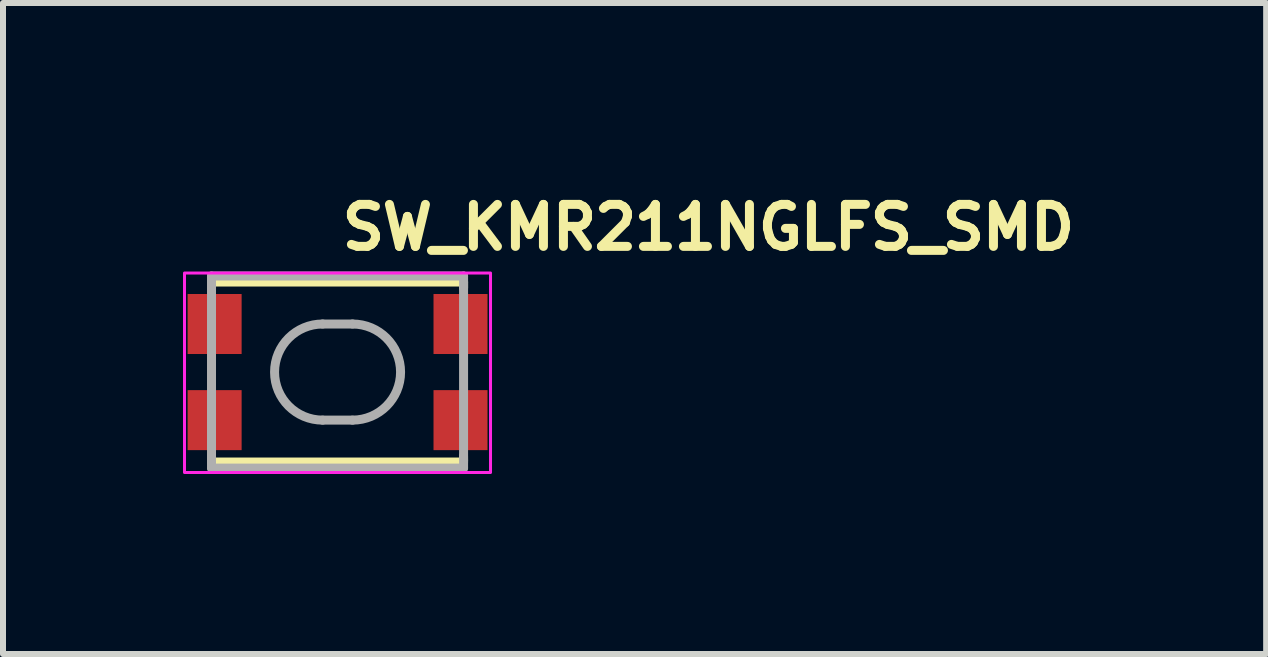
<source format=kicad_pcb>
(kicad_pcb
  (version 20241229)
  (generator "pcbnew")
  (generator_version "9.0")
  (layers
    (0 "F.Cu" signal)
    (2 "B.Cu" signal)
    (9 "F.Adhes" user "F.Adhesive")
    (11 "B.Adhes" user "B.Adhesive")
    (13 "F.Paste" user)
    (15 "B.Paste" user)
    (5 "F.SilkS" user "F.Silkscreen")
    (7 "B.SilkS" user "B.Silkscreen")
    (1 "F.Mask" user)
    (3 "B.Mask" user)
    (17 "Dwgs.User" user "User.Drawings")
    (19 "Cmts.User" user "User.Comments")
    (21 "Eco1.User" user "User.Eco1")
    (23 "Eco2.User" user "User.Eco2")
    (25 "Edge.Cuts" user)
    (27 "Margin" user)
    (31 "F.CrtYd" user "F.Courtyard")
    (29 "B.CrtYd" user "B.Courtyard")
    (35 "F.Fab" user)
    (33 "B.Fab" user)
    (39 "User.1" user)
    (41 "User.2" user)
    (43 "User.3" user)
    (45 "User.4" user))
  (footprint "SW_KMR211NGLFS_SMD"
    (layer "F.Cu")
    (at 2.575 3.15)
    (property "Reference" "SW_KMR211NGLFS_SMD" (at 0 -2 0) (layer "F.SilkS") (effects (font (size 0.7 0.7) (thickness 0.15)) (justify left bottom)))
    (attr smd)
    (fp_line (start -2.1 -1.5) (end -2.1 -1.4) (stroke (width 0.15) (type solid)) (layer "F.SilkS"))
    (fp_line (start -2.1 1.4) (end -2.1 1.48) (stroke (width 0.15) (type solid)) (layer "F.SilkS"))
    (fp_line (start 2.1 1.4) (end 2.101 1.48) (stroke (width 0.15) (type solid)) (layer "F.SilkS"))
    (fp_line (start 2.101 -1.5) (end -2.1 -1.5) (stroke (width 0.15) (type solid)) (layer "F.SilkS"))
    (fp_line (start 2.101 -1.5) (end 2.101 -1.4) (stroke (width 0.15) (type solid)) (layer "F.SilkS"))
    (fp_line (start 2.101 1.5) (end -2.1 1.5) (stroke (width 0.15) (type solid)) (layer "F.SilkS"))
    (fp_rect (start -2.55 -1.65) (end 2.55 1.675) (stroke (width 0.05) (type solid)) (fill no) (layer "F.CrtYd"))
    (fp_line (start -2.1 -1.6) (end -2.1 1.601) (stroke (width 0.15) (type solid)) (layer "F.Fab"))
    (fp_line (start -2.1 1.601) (end 2.101 1.601) (stroke (width 0.15) (type solid)) (layer "F.Fab"))
    (fp_line (start -0.248 -0.8) (end 0.25 -0.8) (stroke (width 0.15) (type solid)) (layer "F.Fab"))
    (fp_line (start 0.25 0.802) (end -0.248 0.802) (stroke (width 0.15) (type solid)) (layer "F.Fab"))
    (fp_line (start 2.101 -1.6) (end -2.1 -1.6) (stroke (width 0.15) (type solid)) (layer "F.Fab"))
    (fp_line (start 2.101 1.601) (end 2.101 -1.6) (stroke (width 0.15) (type solid)) (layer "F.Fab"))
    (fp_arc (start -0.248 0.802) (mid -1.050001 0.001) (end -0.248 -0.8) (stroke (width 0.15) (type solid)) (layer "F.Fab"))
    (fp_arc (start 0.25 -0.8) (mid 1.051001 0.001) (end 0.25 0.802) (stroke (width 0.15) (type solid)) (layer "F.Fab"))
    (fp_rect (start 2.301 1.5) (end -2.298 -1.499) (stroke (width 0.1) (type solid)) (fill no) (layer "User.5"))
    (fp_line (start -2.298 -1.1) (end -2.14 -1.1) (stroke (width 0.02) (type solid)) (layer "User.9"))
    (fp_line (start -2.298 -0.498) (end -2.298 -1.1) (stroke (width 0.02) (type solid)) (layer "User.9"))
    (fp_line (start -2.298 0.5) (end -2.14 0.5) (stroke (width 0.02) (type solid)) (layer "User.9"))
    (fp_line (start -2.298 1.101) (end -2.298 0.5) (stroke (width 0.02) (type solid)) (layer "User.9"))
    (fp_line (start -2.14 -1.499) (end -2.088 -1.499) (stroke (width 0.02) (type solid)) (layer "User.9"))
    (fp_line (start -2.14 -0.498) (end -2.298 -0.498) (stroke (width 0.02) (type solid)) (layer "User.9"))
    (fp_line (start -2.14 1.101) (end -2.298 1.101) (stroke (width 0.02) (type solid)) (layer "User.9"))
    (fp_line (start -2.14 1.391) (end -2.14 -1.499) (stroke (width 0.02) (type solid)) (layer "User.9"))
    (fp_line (start -2.14 1.391) (end -2.088 1.391) (stroke (width 0.02) (type solid)) (layer "User.9"))
    (fp_line (start -2.1 -0.426) (end -2.1 0.428) (stroke (width 0.02) (type solid)) (layer "User.9"))
    (fp_line (start -2.1 0.428) (end -1.888 0.428) (stroke (width 0.02) (type solid)) (layer "User.9"))
    (fp_line (start -2.088 -1.499) (end -2.088 -0.45) (stroke (width 0.02) (type solid)) (layer "User.9"))
    (fp_line (start -2.088 0.452) (end -2.088 1.391) (stroke (width 0.02) (type solid)) (layer "User.9"))
    (fp_line (start -2.088 0.452) (end -1.888 0.452) (stroke (width 0.02) (type solid)) (layer "User.9"))
    (fp_line (start -2.088 1.391) (end -1.888 1.391) (stroke (width 0.02) (type solid)) (layer "User.9"))
    (fp_line (start -2.084 -0.426) (end -2.084 -0.45) (stroke (width 0.02) (type solid)) (layer "User.9"))
    (fp_line (start -2.084 0.452) (end -2.084 0.428) (stroke (width 0.02) (type solid)) (layer "User.9"))
    (fp_line (start -1.989 -0.426) (end -2.1 -0.426) (stroke (width 0.02) (type solid)) (layer "User.9"))
    (fp_line (start -1.989 -0.426) (end -1.989 -0.45) (stroke (width 0.02) (type solid)) (layer "User.9"))
    (fp_line (start -1.989 0.452) (end -1.989 0.428) (stroke (width 0.02) (type solid)) (layer "User.9"))
    (fp_line (start -1.989 1.5) (end -1.989 1.391) (stroke (width 0.02) (type solid)) (layer "User.9"))
    (fp_line (start -1.888 -1.499) (end -2.088 -1.499) (stroke (width 0.02) (type solid)) (layer "User.9"))
    (fp_line (start -1.888 -1.499) (end 1.891 -1.499) (stroke (width 0.02) (type solid)) (layer "User.9"))
    (fp_line (start -1.888 -0.45) (end -2.088 -0.45) (stroke (width 0.02) (type solid)) (layer "User.9"))
    (fp_line (start -1.888 0.452) (end -1.84 0.452) (stroke (width 0.02) (type solid)) (layer "User.9"))
    (fp_line (start -1.888 1.391) (end -0.689 1.391) (stroke (width 0.02) (type solid)) (layer "User.9"))
    (fp_line (start -1.888 1.5) (end -1.989 1.5) (stroke (width 0.02) (type solid)) (layer "User.9"))
    (fp_line (start -1.84 -0.45) (end -1.888 -0.45) (stroke (width 0.02) (type solid)) (layer "User.9"))
    (fp_line (start -1.84 -0.45) (end -1.838 -0.449) (stroke (width 0.02) (type solid)) (layer "User.9"))
    (fp_line (start -1.838 -0.449) (end -1.836 -0.449) (stroke (width 0.02) (type solid)) (layer "User.9"))
    (fp_line (start -1.838 0.451) (end -1.84 0.452) (stroke (width 0.02) (type solid)) (layer "User.9"))
    (fp_line (start -1.836 -0.449) (end -1.836 -0.449) (stroke (width 0.02) (type solid)) (layer "User.9"))
    (fp_line (start -1.836 -0.449) (end -1.834 -0.449) (stroke (width 0.02) (type solid)) (layer "User.9"))
    (fp_line (start -1.836 0.451) (end -1.838 0.451) (stroke (width 0.02) (type solid)) (layer "User.9"))
    (fp_line (start -1.836 0.451) (end -1.836 0.451) (stroke (width 0.02) (type solid)) (layer "User.9"))
    (fp_line (start -1.834 -0.449) (end -1.832 -0.449) (stroke (width 0.02) (type solid)) (layer "User.9"))
    (fp_line (start -1.834 0.451) (end -1.836 0.451) (stroke (width 0.02) (type solid)) (layer "User.9"))
    (fp_line (start -1.832 -0.449) (end -1.832 -0.448) (stroke (width 0.02) (type solid)) (layer "User.9"))
    (fp_line (start -1.832 -0.448) (end -1.83 -0.448) (stroke (width 0.02) (type solid)) (layer "User.9"))
    (fp_line (start -1.832 0.45) (end -1.832 0.451) (stroke (width 0.02) (type solid)) (layer "User.9"))
    (fp_line (start -1.832 0.451) (end -1.834 0.451) (stroke (width 0.02) (type solid)) (layer "User.9"))
    (fp_line (start -1.83 -0.448) (end -1.83 -0.448) (stroke (width 0.02) (type solid)) (layer "User.9"))
    (fp_line (start -1.83 -0.448) (end -1.828 -0.446) (stroke (width 0.02) (type solid)) (layer "User.9"))
    (fp_line (start -1.83 0.45) (end -1.832 0.45) (stroke (width 0.02) (type solid)) (layer "User.9"))
    (fp_line (start -1.83 0.45) (end -1.83 0.45) (stroke (width 0.02) (type solid)) (layer "User.9"))
    (fp_line (start -1.828 -0.446) (end -1.828 -0.445) (stroke (width 0.02) (type solid)) (layer "User.9"))
    (fp_line (start -1.828 -0.445) (end -1.826 -0.445) (stroke (width 0.02) (type solid)) (layer "User.9"))
    (fp_line (start -1.828 0.447) (end -1.828 0.448) (stroke (width 0.02) (type solid)) (layer "User.9"))
    (fp_line (start -1.828 0.448) (end -1.83 0.45) (stroke (width 0.02) (type solid)) (layer "User.9"))
    (fp_line (start -1.826 -0.445) (end -1.826 -0.444) (stroke (width 0.02) (type solid)) (layer "User.9"))
    (fp_line (start -1.826 -0.444) (end -1.824 -0.444) (stroke (width 0.02) (type solid)) (layer "User.9"))
    (fp_line (start -1.826 0.446) (end -1.826 0.447) (stroke (width 0.02) (type solid)) (layer "User.9"))
    (fp_line (start -1.826 0.447) (end -1.828 0.447) (stroke (width 0.02) (type solid)) (layer "User.9"))
    (fp_line (start -1.824 -0.444) (end -1.824 -0.443) (stroke (width 0.02) (type solid)) (layer "User.9"))
    (fp_line (start -1.824 -0.443) (end -1.822 -0.442) (stroke (width 0.02) (type solid)) (layer "User.9"))
    (fp_line (start -1.824 0.445) (end -1.824 0.446) (stroke (width 0.02) (type solid)) (layer "User.9"))
    (fp_line (start -1.824 0.446) (end -1.826 0.446) (stroke (width 0.02) (type solid)) (layer "User.9"))
    (fp_line (start -1.822 -0.442) (end -1.822 -0.441) (stroke (width 0.02) (type solid)) (layer "User.9"))
    (fp_line (start -1.822 -0.441) (end -1.82 -0.44) (stroke (width 0.02) (type solid)) (layer "User.9"))
    (fp_line (start -1.822 0.443) (end -1.822 0.444) (stroke (width 0.02) (type solid)) (layer "User.9"))
    (fp_line (start -1.822 0.444) (end -1.824 0.445) (stroke (width 0.02) (type solid)) (layer "User.9"))
    (fp_line (start -1.82 -0.44) (end -1.82 -0.439) (stroke (width 0.02) (type solid)) (layer "User.9"))
    (fp_line (start -1.82 -0.439) (end -1.818 -0.438) (stroke (width 0.02) (type solid)) (layer "User.9"))
    (fp_line (start -1.82 0.441) (end -1.82 0.442) (stroke (width 0.02) (type solid)) (layer "User.9"))
    (fp_line (start -1.82 0.442) (end -1.822 0.443) (stroke (width 0.02) (type solid)) (layer "User.9"))
    (fp_line (start -1.818 -0.438) (end -1.818 -0.437) (stroke (width 0.02) (type solid)) (layer "User.9"))
    (fp_line (start -1.818 -0.437) (end -1.818 -0.436) (stroke (width 0.02) (type solid)) (layer "User.9"))
    (fp_line (start -1.818 -0.436) (end -1.818 -0.435) (stroke (width 0.02) (type solid)) (layer "User.9"))
    (fp_line (start -1.818 -0.435) (end -1.816 -0.434) (stroke (width 0.02) (type solid)) (layer "User.9"))
    (fp_line (start -1.818 0.437) (end -1.818 0.438) (stroke (width 0.02) (type solid)) (layer "User.9"))
    (fp_line (start -1.818 0.438) (end -1.818 0.439) (stroke (width 0.02) (type solid)) (layer "User.9"))
    (fp_line (start -1.818 0.439) (end -1.818 0.44) (stroke (width 0.02) (type solid)) (layer "User.9"))
    (fp_line (start -1.818 0.44) (end -1.82 0.441) (stroke (width 0.02) (type solid)) (layer "User.9"))
    (fp_line (start -1.816 -0.434) (end -1.816 -0.433) (stroke (width 0.02) (type solid)) (layer "User.9"))
    (fp_line (start -1.816 -0.433) (end -1.816 -0.432) (stroke (width 0.02) (type solid)) (layer "User.9"))
    (fp_line (start -1.816 -0.432) (end -1.816 -0.431) (stroke (width 0.02) (type solid)) (layer "User.9"))
    (fp_line (start -1.816 -0.431) (end -1.814 -0.43) (stroke (width 0.02) (type solid)) (layer "User.9"))
    (fp_line (start -1.816 0.433) (end -1.816 0.434) (stroke (width 0.02) (type solid)) (layer "User.9"))
    (fp_line (start -1.816 0.434) (end -1.816 0.435) (stroke (width 0.02) (type solid)) (layer "User.9"))
    (fp_line (start -1.816 0.435) (end -1.816 0.436) (stroke (width 0.02) (type solid)) (layer "User.9"))
    (fp_line (start -1.816 0.436) (end -1.818 0.437) (stroke (width 0.02) (type solid)) (layer "User.9"))
    (fp_line (start -1.814 -0.43) (end -1.814 -0.429) (stroke (width 0.02) (type solid)) (layer "User.9"))
    (fp_line (start -1.814 -0.429) (end -1.814 -0.427) (stroke (width 0.02) (type solid)) (layer "User.9"))
    (fp_line (start -1.814 -0.427) (end -1.814 -0.426) (stroke (width 0.02) (type solid)) (layer "User.9"))
    (fp_line (start -1.814 -0.426) (end -1.814 -0.425) (stroke (width 0.02) (type solid)) (layer "User.9"))
    (fp_line (start -1.814 -0.425) (end -1.814 -0.423) (stroke (width 0.02) (type solid)) (layer "User.9"))
    (fp_line (start -1.814 -0.423) (end -1.814 0.425) (stroke (width 0.02) (type solid)) (layer "User.9"))
    (fp_line (start -1.814 0.425) (end -1.814 0.427) (stroke (width 0.02) (type solid)) (layer "User.9"))
    (fp_line (start -1.814 0.427) (end -1.814 0.428) (stroke (width 0.02) (type solid)) (layer "User.9"))
    (fp_line (start -1.814 0.428) (end -1.814 0.429) (stroke (width 0.02) (type solid)) (layer "User.9"))
    (fp_line (start -1.814 0.429) (end -1.814 0.431) (stroke (width 0.02) (type solid)) (layer "User.9"))
    (fp_line (start -1.814 0.431) (end -1.814 0.432) (stroke (width 0.02) (type solid)) (layer "User.9"))
    (fp_line (start -1.814 0.432) (end -1.816 0.433) (stroke (width 0.02) (type solid)) (layer "User.9"))
    (fp_line (start -1.328 -1.499) (end -1.888 -1.499) (stroke (width 0.02) (type solid)) (layer "User.9"))
    (fp_line (start -1.328 -1.499) (end -1.322 -1.499) (stroke (width 0.02) (type solid)) (layer "User.9"))
    (fp_line (start -1.322 -1.499) (end -1.314 -1.499) (stroke (width 0.02) (type solid)) (layer "User.9"))
    (fp_line (start -1.314 -1.499) (end -1.308 -1.497) (stroke (width 0.02) (type solid)) (layer "User.9"))
    (fp_line (start -1.308 -1.497) (end -1.302 -1.495) (stroke (width 0.02) (type solid)) (layer "User.9"))
    (fp_line (start -1.302 -1.495) (end -1.296 -1.493) (stroke (width 0.02) (type solid)) (layer "User.9"))
    (fp_line (start -1.296 -1.493) (end -1.29 -1.491) (stroke (width 0.02) (type solid)) (layer "User.9"))
    (fp_line (start -1.29 -1.491) (end -1.284 -1.489) (stroke (width 0.02) (type solid)) (layer "User.9"))
    (fp_line (start -1.284 -1.489) (end -1.277 -1.485) (stroke (width 0.02) (type solid)) (layer "User.9"))
    (fp_line (start -1.277 -1.485) (end -1.273 -1.483) (stroke (width 0.02) (type solid)) (layer "User.9"))
    (fp_line (start -1.273 -1.483) (end -1.267 -1.479) (stroke (width 0.02) (type solid)) (layer "User.9"))
    (fp_line (start -1.267 -1.479) (end -1.263 -1.475) (stroke (width 0.02) (type solid)) (layer "User.9"))
    (fp_line (start -1.263 -1.475) (end -1.257 -1.469) (stroke (width 0.02) (type solid)) (layer "User.9"))
    (fp_line (start -1.257 -1.469) (end -1.253 -1.465) (stroke (width 0.02) (type solid)) (layer "User.9"))
    (fp_line (start -1.253 -1.465) (end -1.249 -1.461) (stroke (width 0.02) (type solid)) (layer "User.9"))
    (fp_line (start -1.249 -1.461) (end -1.245 -1.455) (stroke (width 0.02) (type solid)) (layer "User.9"))
    (fp_line (start -1.245 -1.455) (end -1.241 -1.449) (stroke (width 0.02) (type solid)) (layer "User.9"))
    (fp_line (start -1.199 -1.376) (end -1.241 -1.449) (stroke (width 0.02) (type solid)) (layer "User.9"))
    (fp_line (start -1.195 -1.37) (end -1.199 -1.376) (stroke (width 0.02) (type solid)) (layer "User.9"))
    (fp_line (start -1.191 -1.364) (end -1.195 -1.37) (stroke (width 0.02) (type solid)) (layer "User.9"))
    (fp_line (start -1.187 -1.36) (end -1.191 -1.364) (stroke (width 0.02) (type solid)) (layer "User.9"))
    (fp_line (start -1.183 -1.354) (end -1.187 -1.36) (stroke (width 0.02) (type solid)) (layer "User.9"))
    (fp_line (start -1.179 -1.35) (end -1.183 -1.354) (stroke (width 0.02) (type solid)) (layer "User.9"))
    (fp_line (start -1.173 -1.346) (end -1.179 -1.35) (stroke (width 0.02) (type solid)) (layer "User.9"))
    (fp_line (start -1.167 -1.342) (end -1.173 -1.346) (stroke (width 0.02) (type solid)) (layer "User.9"))
    (fp_line (start -1.163 -1.34) (end -1.167 -1.342) (stroke (width 0.02) (type solid)) (layer "User.9"))
    (fp_line (start -1.159 -0.538) (end -1.157 -0.552) (stroke (width 0.02) (type solid)) (layer "User.9"))
    (fp_line (start -1.159 -0.523) (end -1.159 -0.538) (stroke (width 0.02) (type solid)) (layer "User.9"))
    (fp_line (start -1.159 0.525) (end -1.159 -0.523) (stroke (width 0.02) (type solid)) (layer "User.9"))
    (fp_line (start -1.159 0.54) (end -1.159 0.525) (stroke (width 0.02) (type solid)) (layer "User.9"))
    (fp_line (start -1.157 -1.336) (end -1.163 -1.34) (stroke (width 0.02) (type solid)) (layer "User.9"))
    (fp_line (start -1.157 -0.552) (end -1.155 -0.566) (stroke (width 0.02) (type solid)) (layer "User.9"))
    (fp_line (start -1.157 0.554) (end -1.159 0.54) (stroke (width 0.02) (type solid)) (layer "User.9"))
    (fp_line (start -1.155 -0.566) (end -1.153 -0.579) (stroke (width 0.02) (type solid)) (layer "User.9"))
    (fp_line (start -1.155 0.568) (end -1.157 0.554) (stroke (width 0.02) (type solid)) (layer "User.9"))
    (fp_line (start -1.153 -0.579) (end -1.15 -0.593) (stroke (width 0.02) (type solid)) (layer "User.9"))
    (fp_line (start -1.153 0.581) (end -1.155 0.568) (stroke (width 0.02) (type solid)) (layer "User.9"))
    (fp_line (start -1.15 -1.334) (end -1.157 -1.336) (stroke (width 0.02) (type solid)) (layer "User.9"))
    (fp_line (start -1.15 -0.593) (end -1.148 -0.606) (stroke (width 0.02) (type solid)) (layer "User.9"))
    (fp_line (start -1.15 0.595) (end -1.153 0.581) (stroke (width 0.02) (type solid)) (layer "User.9"))
    (fp_line (start -1.148 -0.606) (end -1.142 -0.62) (stroke (width 0.02) (type solid)) (layer "User.9"))
    (fp_line (start -1.148 0.608) (end -1.15 0.595) (stroke (width 0.02) (type solid)) (layer "User.9"))
    (fp_line (start -1.144 -1.332) (end -1.15 -1.334) (stroke (width 0.02) (type solid)) (layer "User.9"))
    (fp_line (start -1.142 -0.62) (end -1.138 -0.633) (stroke (width 0.02) (type solid)) (layer "User.9"))
    (fp_line (start -1.142 0.622) (end -1.148 0.608) (stroke (width 0.02) (type solid)) (layer "User.9"))
    (fp_line (start -1.138 -1.33) (end -1.144 -1.332) (stroke (width 0.02) (type solid)) (layer "User.9"))
    (fp_line (start -1.138 -0.633) (end -1.132 -0.646) (stroke (width 0.02) (type solid)) (layer "User.9"))
    (fp_line (start -1.138 0.635) (end -1.142 0.622) (stroke (width 0.02) (type solid)) (layer "User.9"))
    (fp_line (start -1.132 -1.328) (end -1.138 -1.33) (stroke (width 0.02) (type solid)) (layer "User.9"))
    (fp_line (start -1.132 -0.646) (end -1.126 -0.659) (stroke (width 0.02) (type solid)) (layer "User.9"))
    (fp_line (start -1.132 0.648) (end -1.138 0.635) (stroke (width 0.02) (type solid)) (layer "User.9"))
    (fp_line (start -1.126 -1.326) (end -1.132 -1.328) (stroke (width 0.02) (type solid)) (layer "User.9"))
    (fp_line (start -1.126 -0.659) (end -1.12 -0.671) (stroke (width 0.02) (type solid)) (layer "User.9"))
    (fp_line (start -1.126 0.661) (end -1.132 0.648) (stroke (width 0.02) (type solid)) (layer "User.9"))
    (fp_line (start -1.12 -1.326) (end -1.126 -1.326) (stroke (width 0.02) (type solid)) (layer "User.9"))
    (fp_line (start -1.12 -0.671) (end -1.114 -0.683) (stroke (width 0.02) (type solid)) (layer "User.9"))
    (fp_line (start -1.12 0.673) (end -1.126 0.661) (stroke (width 0.02) (type solid)) (layer "User.9"))
    (fp_line (start -1.114 -0.683) (end -1.106 -0.694) (stroke (width 0.02) (type solid)) (layer "User.9"))
    (fp_line (start -1.114 0.685) (end -1.12 0.673) (stroke (width 0.02) (type solid)) (layer "User.9"))
    (fp_line (start -1.112 -1.326) (end -1.12 -1.326) (stroke (width 0.02) (type solid)) (layer "User.9"))
    (fp_line (start -1.108 -0.539) (end -1.106 -0.55) (stroke (width 0.02) (type solid)) (layer "User.9"))
    (fp_line (start -1.108 -0.527) (end -1.108 -0.539) (stroke (width 0.02) (type solid)) (layer "User.9"))
    (fp_line (start -1.108 -0.515) (end -1.108 -0.527) (stroke (width 0.02) (type solid)) (layer "User.9"))
    (fp_line (start -1.108 0.534) (end -1.108 -0.515) (stroke (width 0.02) (type solid)) (layer "User.9"))
    (fp_line (start -1.108 0.546) (end -1.108 0.534) (stroke (width 0.02) (type solid)) (layer "User.9"))
    (fp_line (start -1.108 0.558) (end -1.108 0.546) (stroke (width 0.02) (type solid)) (layer "User.9"))
    (fp_line (start -1.106 -0.694) (end -1.098 -0.704) (stroke (width 0.02) (type solid)) (layer "User.9"))
    (fp_line (start -1.106 -0.55) (end -1.104 -0.562) (stroke (width 0.02) (type solid)) (layer "User.9"))
    (fp_line (start -1.106 0.57) (end -1.108 0.558) (stroke (width 0.02) (type solid)) (layer "User.9"))
    (fp_line (start -1.106 0.696) (end -1.114 0.685) (stroke (width 0.02) (type solid)) (layer "User.9"))
    (fp_line (start -1.104 -0.562) (end -1.102 -0.573) (stroke (width 0.02) (type solid)) (layer "User.9"))
    (fp_line (start -1.104 0.58) (end -1.106 0.57) (stroke (width 0.02) (type solid)) (layer "User.9"))
    (fp_line (start -1.102 -0.573) (end -1.098 -0.584) (stroke (width 0.02) (type solid)) (layer "User.9"))
    (fp_line (start -1.102 0.592) (end -1.104 0.58) (stroke (width 0.02) (type solid)) (layer "User.9"))
    (fp_line (start -1.098 -0.704) (end -1.09 -0.715) (stroke (width 0.02) (type solid)) (layer "User.9"))
    (fp_line (start -1.098 -0.584) (end -1.094 -0.595) (stroke (width 0.02) (type solid)) (layer "User.9"))
    (fp_line (start -1.098 0.603) (end -1.102 0.592) (stroke (width 0.02) (type solid)) (layer "User.9"))
    (fp_line (start -1.098 0.706) (end -1.106 0.696) (stroke (width 0.02) (type solid)) (layer "User.9"))
    (fp_line (start -1.094 -0.595) (end -1.09 -0.606) (stroke (width 0.02) (type solid)) (layer "User.9"))
    (fp_line (start -1.094 0.614) (end -1.098 0.603) (stroke (width 0.02) (type solid)) (layer "User.9"))
    (fp_line (start -1.09 -0.715) (end -1.08 -0.725) (stroke (width 0.02) (type solid)) (layer "User.9"))
    (fp_line (start -1.09 -0.606) (end -1.086 -0.616) (stroke (width 0.02) (type solid)) (layer "User.9"))
    (fp_line (start -1.09 0.625) (end -1.094 0.614) (stroke (width 0.02) (type solid)) (layer "User.9"))
    (fp_line (start -1.09 0.717) (end -1.098 0.706) (stroke (width 0.02) (type solid)) (layer "User.9"))
    (fp_line (start -1.086 -0.616) (end -1.082 -0.627) (stroke (width 0.02) (type solid)) (layer "User.9"))
    (fp_line (start -1.086 0.636) (end -1.09 0.625) (stroke (width 0.02) (type solid)) (layer "User.9"))
    (fp_line (start -1.082 -0.627) (end -1.076 -0.637) (stroke (width 0.02) (type solid)) (layer "User.9"))
    (fp_line (start -1.082 0.647) (end -1.086 0.636) (stroke (width 0.02) (type solid)) (layer "User.9"))
    (fp_line (start -1.08 -0.725) (end -1.07 -0.735) (stroke (width 0.02) (type solid)) (layer "User.9"))
    (fp_line (start -1.08 0.727) (end -1.09 0.717) (stroke (width 0.02) (type solid)) (layer "User.9"))
    (fp_line (start -1.076 -0.637) (end -1.07 -0.647) (stroke (width 0.02) (type solid)) (layer "User.9"))
    (fp_line (start -1.076 0.657) (end -1.082 0.647) (stroke (width 0.02) (type solid)) (layer "User.9"))
    (fp_line (start -1.07 -0.735) (end -1.06 -0.744) (stroke (width 0.02) (type solid)) (layer "User.9"))
    (fp_line (start -1.07 -0.647) (end -1.064 -0.657) (stroke (width 0.02) (type solid)) (layer "User.9"))
    (fp_line (start -1.07 0.667) (end -1.076 0.657) (stroke (width 0.02) (type solid)) (layer "User.9"))
    (fp_line (start -1.07 0.737) (end -1.08 0.727) (stroke (width 0.02) (type solid)) (layer "User.9"))
    (fp_line (start -1.064 -0.657) (end -1.058 -0.666) (stroke (width 0.02) (type solid)) (layer "User.9"))
    (fp_line (start -1.064 0.676) (end -1.07 0.667) (stroke (width 0.02) (type solid)) (layer "User.9"))
    (fp_line (start -1.06 -0.744) (end -1.05 -0.753) (stroke (width 0.02) (type solid)) (layer "User.9"))
    (fp_line (start -1.06 0.746) (end -1.07 0.737) (stroke (width 0.02) (type solid)) (layer "User.9"))
    (fp_line (start -1.058 -0.666) (end -1.05 -0.675) (stroke (width 0.02) (type solid)) (layer "User.9"))
    (fp_line (start -1.058 0.686) (end -1.064 0.676) (stroke (width 0.02) (type solid)) (layer "User.9"))
    (fp_line (start -1.05 -0.753) (end -1.04 -0.762) (stroke (width 0.02) (type solid)) (layer "User.9"))
    (fp_line (start -1.05 -0.675) (end -1.042 -0.683) (stroke (width 0.02) (type solid)) (layer "User.9"))
    (fp_line (start -1.05 0.694) (end -1.058 0.686) (stroke (width 0.02) (type solid)) (layer "User.9"))
    (fp_line (start -1.05 0.755) (end -1.06 0.746) (stroke (width 0.02) (type solid)) (layer "User.9"))
    (fp_line (start -1.042 -0.683) (end -1.034 -0.692) (stroke (width 0.02) (type solid)) (layer "User.9"))
    (fp_line (start -1.042 0.703) (end -1.05 0.694) (stroke (width 0.02) (type solid)) (layer "User.9"))
    (fp_line (start -1.04 -0.762) (end -1.028 -0.771) (stroke (width 0.02) (type solid)) (layer "User.9"))
    (fp_line (start -1.04 0.764) (end -1.05 0.755) (stroke (width 0.02) (type solid)) (layer "User.9"))
    (fp_line (start -1.034 -0.692) (end -1.026 -0.7) (stroke (width 0.02) (type solid)) (layer "User.9"))
    (fp_line (start -1.034 0.71) (end -1.042 0.703) (stroke (width 0.02) (type solid)) (layer "User.9"))
    (fp_line (start -1.028 -0.771) (end -1.017 -0.778) (stroke (width 0.02) (type solid)) (layer "User.9"))
    (fp_line (start -1.028 0.773) (end -1.04 0.764) (stroke (width 0.02) (type solid)) (layer "User.9"))
    (fp_line (start -1.026 -0.7) (end -1.017 -0.706) (stroke (width 0.02) (type solid)) (layer "User.9"))
    (fp_line (start -1.026 0.718) (end -1.034 0.71) (stroke (width 0.02) (type solid)) (layer "User.9"))
    (fp_line (start -1.017 -0.778) (end -1.005 -0.785) (stroke (width 0.02) (type solid)) (layer "User.9"))
    (fp_line (start -1.017 -0.706) (end -1.009 -0.713) (stroke (width 0.02) (type solid)) (layer "User.9"))
    (fp_line (start -1.017 0.725) (end -1.026 0.718) (stroke (width 0.02) (type solid)) (layer "User.9"))
    (fp_line (start -1.017 0.78) (end -1.028 0.773) (stroke (width 0.02) (type solid)) (layer "User.9"))
    (fp_line (start -1.009 -0.713) (end -0.999 -0.72) (stroke (width 0.02) (type solid)) (layer "User.9"))
    (fp_line (start -1.009 0.732) (end -1.017 0.725) (stroke (width 0.02) (type solid)) (layer "User.9"))
    (fp_line (start -1.005 -0.785) (end -0.993 -0.792) (stroke (width 0.02) (type solid)) (layer "User.9"))
    (fp_line (start -1.005 0.787) (end -1.017 0.78) (stroke (width 0.02) (type solid)) (layer "User.9"))
    (fp_line (start -0.999 -0.72) (end -0.99 -0.726) (stroke (width 0.02) (type solid)) (layer "User.9"))
    (fp_line (start -0.999 0.739) (end -1.009 0.732) (stroke (width 0.02) (type solid)) (layer "User.9"))
    (fp_line (start -0.993 -0.792) (end -0.98 -0.798) (stroke (width 0.02) (type solid)) (layer "User.9"))
    (fp_line (start -0.993 0.794) (end -1.005 0.787) (stroke (width 0.02) (type solid)) (layer "User.9"))
    (fp_line (start -0.99 -0.726) (end -0.98 -0.732) (stroke (width 0.02) (type solid)) (layer "User.9"))
    (fp_line (start -0.99 0.745) (end -0.999 0.739) (stroke (width 0.02) (type solid)) (layer "User.9"))
    (fp_line (start -0.98 -0.798) (end -0.967 -0.803) (stroke (width 0.02) (type solid)) (layer "User.9"))
    (fp_line (start -0.98 -0.732) (end -0.97 -0.737) (stroke (width 0.02) (type solid)) (layer "User.9"))
    (fp_line (start -0.98 0.751) (end -0.99 0.745) (stroke (width 0.02) (type solid)) (layer "User.9"))
    (fp_line (start -0.98 0.8) (end -0.993 0.794) (stroke (width 0.02) (type solid)) (layer "User.9"))
    (fp_line (start -0.97 -0.737) (end -0.959 -0.742) (stroke (width 0.02) (type solid)) (layer "User.9"))
    (fp_line (start -0.97 0.757) (end -0.98 0.751) (stroke (width 0.02) (type solid)) (layer "User.9"))
    (fp_line (start -0.967 -0.803) (end -0.955 -0.808) (stroke (width 0.02) (type solid)) (layer "User.9"))
    (fp_line (start -0.967 0.805) (end -0.98 0.8) (stroke (width 0.02) (type solid)) (layer "User.9"))
    (fp_line (start -0.959 -0.742) (end -0.95 -0.747) (stroke (width 0.02) (type solid)) (layer "User.9"))
    (fp_line (start -0.959 0.762) (end -0.97 0.757) (stroke (width 0.02) (type solid)) (layer "User.9"))
    (fp_line (start -0.955 -0.808) (end -0.942 -0.812) (stroke (width 0.02) (type solid)) (layer "User.9"))
    (fp_line (start -0.955 0.81) (end -0.967 0.805) (stroke (width 0.02) (type solid)) (layer "User.9"))
    (fp_line (start -0.95 -0.747) (end -0.939 -0.751) (stroke (width 0.02) (type solid)) (layer "User.9"))
    (fp_line (start -0.95 0.766) (end -0.959 0.762) (stroke (width 0.02) (type solid)) (layer "User.9"))
    (fp_line (start -0.942 -0.812) (end -0.928 -0.815) (stroke (width 0.02) (type solid)) (layer "User.9"))
    (fp_line (start -0.942 0.814) (end -0.955 0.81) (stroke (width 0.02) (type solid)) (layer "User.9"))
    (fp_line (start -0.939 -0.751) (end -0.927 -0.754) (stroke (width 0.02) (type solid)) (layer "User.9"))
    (fp_line (start -0.939 0.771) (end -0.95 0.766) (stroke (width 0.02) (type solid)) (layer "User.9"))
    (fp_line (start -0.928 -0.815) (end -0.914 -0.818) (stroke (width 0.02) (type solid)) (layer "User.9"))
    (fp_line (start -0.928 0.817) (end -0.942 0.814) (stroke (width 0.02) (type solid)) (layer "User.9"))
    (fp_line (start -0.927 -0.754) (end -0.916 -0.757) (stroke (width 0.02) (type solid)) (layer "User.9"))
    (fp_line (start -0.927 0.774) (end -0.939 0.771) (stroke (width 0.02) (type solid)) (layer "User.9"))
    (fp_line (start -0.916 -0.757) (end -0.904 -0.759) (stroke (width 0.02) (type solid)) (layer "User.9"))
    (fp_line (start -0.916 0.777) (end -0.927 0.774) (stroke (width 0.02) (type solid)) (layer "User.9"))
    (fp_line (start -0.914 -0.818) (end -0.9 -0.821) (stroke (width 0.02) (type solid)) (layer "User.9"))
    (fp_line (start -0.914 0.82) (end -0.928 0.817) (stroke (width 0.02) (type solid)) (layer "User.9"))
    (fp_line (start -0.904 -0.759) (end -0.892 -0.761) (stroke (width 0.02) (type solid)) (layer "User.9"))
    (fp_line (start -0.904 0.78) (end -0.916 0.777) (stroke (width 0.02) (type solid)) (layer "User.9"))
    (fp_line (start -0.9 -0.821) (end -0.885 -0.822) (stroke (width 0.02) (type solid)) (layer "User.9"))
    (fp_line (start -0.9 0.823) (end -0.914 0.82) (stroke (width 0.02) (type solid)) (layer "User.9"))
    (fp_line (start -0.892 -0.761) (end -0.88 -0.763) (stroke (width 0.02) (type solid)) (layer "User.9"))
    (fp_line (start -0.892 0.782) (end -0.904 0.78) (stroke (width 0.02) (type solid)) (layer "User.9"))
    (fp_line (start -0.885 -0.822) (end -0.026 -0.897) (stroke (width 0.02) (type solid)) (layer "User.9"))
    (fp_line (start -0.885 0.824) (end -0.9 0.823) (stroke (width 0.02) (type solid)) (layer "User.9"))
    (fp_line (start -0.88 -0.763) (end -0.021 -0.838) (stroke (width 0.02) (type solid)) (layer "User.9"))
    (fp_line (start -0.88 0.783) (end -0.892 0.782) (stroke (width 0.02) (type solid)) (layer "User.9"))
    (fp_line (start -0.699 1.5) (end -1.888 1.5) (stroke (width 0.02) (type solid)) (layer "User.9"))
    (fp_line (start -0.699 1.5) (end -0.699 1.391) (stroke (width 0.02) (type solid)) (layer "User.9"))
    (fp_line (start -0.689 1.303) (end -0.689 1.307) (stroke (width 0.02) (type solid)) (layer "User.9"))
    (fp_line (start -0.689 1.307) (end -0.689 1.311) (stroke (width 0.02) (type solid)) (layer "User.9"))
    (fp_line (start -0.689 1.311) (end -0.689 1.315) (stroke (width 0.02) (type solid)) (layer "User.9"))
    (fp_line (start -0.689 1.315) (end -0.689 1.391) (stroke (width 0.02) (type solid)) (layer "User.9"))
    (fp_line (start -0.688 1.297) (end -0.689 1.303) (stroke (width 0.02) (type solid)) (layer "User.9"))
    (fp_line (start -0.687 1.293) (end -0.688 1.297) (stroke (width 0.02) (type solid)) (layer "User.9"))
    (fp_line (start -0.686 1.289) (end -0.687 1.293) (stroke (width 0.02) (type solid)) (layer "User.9"))
    (fp_line (start -0.684 1.285) (end -0.686 1.289) (stroke (width 0.02) (type solid)) (layer "User.9"))
    (fp_line (start -0.683 1.28) (end -0.684 1.285) (stroke (width 0.02) (type solid)) (layer "User.9"))
    (fp_line (start -0.681 1.276) (end -0.683 1.28) (stroke (width 0.02) (type solid)) (layer "User.9"))
    (fp_line (start -0.679 1.272) (end -0.681 1.276) (stroke (width 0.02) (type solid)) (layer "User.9"))
    (fp_line (start -0.677 1.268) (end -0.679 1.272) (stroke (width 0.02) (type solid)) (layer "User.9"))
    (fp_line (start -0.675 1.264) (end -0.677 1.268) (stroke (width 0.02) (type solid)) (layer "User.9"))
    (fp_line (start -0.673 1.26) (end -0.675 1.264) (stroke (width 0.02) (type solid)) (layer "User.9"))
    (fp_line (start -0.67 1.256) (end -0.673 1.26) (stroke (width 0.02) (type solid)) (layer "User.9"))
    (fp_line (start -0.667 1.254) (end -0.67 1.256) (stroke (width 0.02) (type solid)) (layer "User.9"))
    (fp_line (start -0.665 1.25) (end -0.667 1.254) (stroke (width 0.02) (type solid)) (layer "User.9"))
    (fp_line (start -0.662 1.246) (end -0.665 1.25) (stroke (width 0.02) (type solid)) (layer "User.9"))
    (fp_line (start -0.658 1.244) (end -0.662 1.246) (stroke (width 0.02) (type solid)) (layer "User.9"))
    (fp_line (start -0.655 1.24) (end -0.658 1.244) (stroke (width 0.02) (type solid)) (layer "User.9"))
    (fp_line (start -0.652 1.238) (end -0.655 1.24) (stroke (width 0.02) (type solid)) (layer "User.9"))
    (fp_line (start -0.648 1.236) (end -0.652 1.238) (stroke (width 0.02) (type solid)) (layer "User.9"))
    (fp_line (start -0.645 1.232) (end -0.648 1.236) (stroke (width 0.02) (type solid)) (layer "User.9"))
    (fp_line (start -0.641 1.23) (end -0.645 1.232) (stroke (width 0.02) (type solid)) (layer "User.9"))
    (fp_line (start -0.636 1.228) (end -0.641 1.23) (stroke (width 0.02) (type solid)) (layer "User.9"))
    (fp_line (start -0.632 1.226) (end -0.636 1.228) (stroke (width 0.02) (type solid)) (layer "User.9"))
    (fp_line (start -0.628 1.224) (end -0.632 1.226) (stroke (width 0.02) (type solid)) (layer "User.9"))
    (fp_line (start -0.624 1.222) (end -0.628 1.224) (stroke (width 0.02) (type solid)) (layer "User.9"))
    (fp_line (start -0.619 1.22) (end -0.624 1.222) (stroke (width 0.02) (type solid)) (layer "User.9"))
    (fp_line (start -0.615 1.22) (end -0.619 1.22) (stroke (width 0.02) (type solid)) (layer "User.9"))
    (fp_line (start -0.61 1.218) (end -0.615 1.22) (stroke (width 0.02) (type solid)) (layer "User.9"))
    (fp_line (start -0.606 1.218) (end -0.61 1.218) (stroke (width 0.02) (type solid)) (layer "User.9"))
    (fp_line (start -0.601 1.216) (end -0.606 1.218) (stroke (width 0.02) (type solid)) (layer "User.9"))
    (fp_line (start -0.601 1.216) (end -0.601 1.216) (stroke (width 0.02) (type solid)) (layer "User.9"))
    (fp_line (start -0.596 1.216) (end -0.601 1.216) (stroke (width 0.02) (type solid)) (layer "User.9"))
    (fp_line (start -0.592 1.216) (end -0.596 1.216) (stroke (width 0.02) (type solid)) (layer "User.9"))
    (fp_line (start -0.587 1.216) (end -0.592 1.216) (stroke (width 0.02) (type solid)) (layer "User.9"))
    (fp_line (start -0.583 1.216) (end -0.587 1.216) (stroke (width 0.02) (type solid)) (layer "User.9"))
    (fp_line (start -0.578 1.216) (end -0.583 1.216) (stroke (width 0.02) (type solid)) (layer "User.9"))
    (fp_line (start -0.575 1.218) (end -0.578 1.216) (stroke (width 0.02) (type solid)) (layer "User.9"))
    (fp_line (start -0.57 1.218) (end -0.575 1.218) (stroke (width 0.02) (type solid)) (layer "User.9"))
    (fp_line (start -0.566 1.218) (end -0.57 1.218) (stroke (width 0.02) (type solid)) (layer "User.9"))
    (fp_line (start -0.561 1.22) (end -0.566 1.218) (stroke (width 0.02) (type solid)) (layer "User.9"))
    (fp_line (start -0.557 1.222) (end -0.561 1.22) (stroke (width 0.02) (type solid)) (layer "User.9"))
    (fp_line (start -0.553 1.222) (end -0.557 1.222) (stroke (width 0.02) (type solid)) (layer "User.9"))
    (fp_line (start -0.549 1.224) (end -0.553 1.222) (stroke (width 0.02) (type solid)) (layer "User.9"))
    (fp_line (start -0.545 1.226) (end -0.549 1.224) (stroke (width 0.02) (type solid)) (layer "User.9"))
    (fp_line (start -0.541 1.228) (end -0.545 1.226) (stroke (width 0.02) (type solid)) (layer "User.9"))
    (fp_line (start -0.537 1.23) (end -0.541 1.228) (stroke (width 0.02) (type solid)) (layer "User.9"))
    (fp_line (start -0.533 1.234) (end -0.537 1.23) (stroke (width 0.02) (type solid)) (layer "User.9"))
    (fp_line (start -0.53 1.236) (end -0.533 1.234) (stroke (width 0.02) (type solid)) (layer "User.9"))
    (fp_line (start -0.526 1.238) (end -0.53 1.236) (stroke (width 0.02) (type solid)) (layer "User.9"))
    (fp_line (start -0.523 1.242) (end -0.526 1.238) (stroke (width 0.02) (type solid)) (layer "User.9"))
    (fp_line (start -0.52 1.244) (end -0.523 1.242) (stroke (width 0.02) (type solid)) (layer "User.9"))
    (fp_line (start -0.517 1.248) (end -0.52 1.244) (stroke (width 0.02) (type solid)) (layer "User.9"))
    (fp_line (start -0.514 1.25) (end -0.517 1.248) (stroke (width 0.02) (type solid)) (layer "User.9"))
    (fp_line (start -0.51 1.254) (end -0.514 1.25) (stroke (width 0.02) (type solid)) (layer "User.9"))
    (fp_line (start -0.507 1.258) (end -0.51 1.254) (stroke (width 0.02) (type solid)) (layer "User.9"))
    (fp_line (start -0.505 1.262) (end -0.507 1.258) (stroke (width 0.02) (type solid)) (layer "User.9"))
    (fp_line (start -0.502 1.266) (end -0.505 1.262) (stroke (width 0.02) (type solid)) (layer "User.9"))
    (fp_line (start -0.5 1.27) (end -0.502 1.266) (stroke (width 0.02) (type solid)) (layer "User.9"))
    (fp_line (start -0.498 1.274) (end -0.5 1.27) (stroke (width 0.02) (type solid)) (layer "User.9"))
    (fp_line (start -0.496 1.278) (end -0.498 1.274) (stroke (width 0.02) (type solid)) (layer "User.9"))
    (fp_line (start -0.494 1.283) (end -0.496 1.278) (stroke (width 0.02) (type solid)) (layer "User.9"))
    (fp_line (start -0.493 1.287) (end -0.494 1.283) (stroke (width 0.02) (type solid)) (layer "User.9"))
    (fp_line (start -0.492 1.291) (end -0.493 1.287) (stroke (width 0.02) (type solid)) (layer "User.9"))
    (fp_line (start -0.492 1.291) (end -0.488 1.315) (stroke (width 0.02) (type solid)) (layer "User.9"))
    (fp_line (start -0.488 1.315) (end -0.492 1.291) (stroke (width 0.02) (type solid)) (layer "User.9"))
    (fp_line (start -0.488 1.391) (end -0.689 1.391) (stroke (width 0.02) (type solid)) (layer "User.9"))
    (fp_line (start -0.488 1.49) (end -0.488 1.315) (stroke (width 0.02) (type solid)) (layer "User.9"))
    (fp_line (start -0.488 1.49) (end 0.49 1.49) (stroke (width 0.02) (type solid)) (layer "User.9"))
    (fp_line (start -0.427 -1.326) (end -1.112 -1.326) (stroke (width 0.02) (type solid)) (layer "User.9"))
    (fp_line (start -0.424 -1.326) (end -0.427 -1.326) (stroke (width 0.02) (type solid)) (layer "User.9"))
    (fp_line (start -0.421 -1.326) (end -0.424 -1.326) (stroke (width 0.02) (type solid)) (layer "User.9"))
    (fp_line (start -0.417 -1.326) (end -0.421 -1.326) (stroke (width 0.02) (type solid)) (layer "User.9"))
    (fp_line (start -0.415 -1.326) (end -0.417 -1.326) (stroke (width 0.02) (type solid)) (layer "User.9"))
    (fp_line (start -0.412 -1.328) (end -0.415 -1.326) (stroke (width 0.02) (type solid)) (layer "User.9"))
    (fp_line (start -0.409 -1.328) (end -0.412 -1.328) (stroke (width 0.02) (type solid)) (layer "User.9"))
    (fp_line (start -0.405 -1.328) (end -0.409 -1.328) (stroke (width 0.02) (type solid)) (layer "User.9"))
    (fp_line (start -0.402 -1.33) (end -0.405 -1.328) (stroke (width 0.02) (type solid)) (layer "User.9"))
    (fp_line (start -0.399 -1.33) (end -0.402 -1.33) (stroke (width 0.02) (type solid)) (layer "User.9"))
    (fp_line (start -0.396 -1.332) (end -0.399 -1.33) (stroke (width 0.02) (type solid)) (layer "User.9"))
    (fp_line (start -0.393 -1.332) (end -0.396 -1.332) (stroke (width 0.02) (type solid)) (layer "User.9"))
    (fp_line (start -0.39 -1.334) (end -0.393 -1.332) (stroke (width 0.02) (type solid)) (layer "User.9"))
    (fp_line (start -0.387 -1.334) (end -0.39 -1.334) (stroke (width 0.02) (type solid)) (layer "User.9"))
    (fp_line (start -0.384 -1.336) (end -0.387 -1.334) (stroke (width 0.02) (type solid)) (layer "User.9"))
    (fp_line (start -0.38 -1.338) (end -0.384 -1.336) (stroke (width 0.02) (type solid)) (layer "User.9"))
    (fp_line (start -0.377 -1.34) (end -0.38 -1.338) (stroke (width 0.02) (type solid)) (layer "User.9"))
    (fp_line (start -0.375 -1.34) (end -0.377 -1.34) (stroke (width 0.02) (type solid)) (layer "User.9"))
    (fp_line (start -0.372 -1.342) (end -0.375 -1.34) (stroke (width 0.02) (type solid)) (layer "User.9"))
    (fp_line (start -0.369 -1.344) (end -0.372 -1.342) (stroke (width 0.02) (type solid)) (layer "User.9"))
    (fp_line (start -0.367 -1.346) (end -0.369 -1.344) (stroke (width 0.02) (type solid)) (layer "User.9"))
    (fp_line (start -0.364 -1.348) (end -0.367 -1.346) (stroke (width 0.02) (type solid)) (layer "User.9"))
    (fp_line (start -0.362 -1.35) (end -0.364 -1.348) (stroke (width 0.02) (type solid)) (layer "User.9"))
    (fp_line (start -0.359 -1.352) (end -0.362 -1.35) (stroke (width 0.02) (type solid)) (layer "User.9"))
    (fp_line (start -0.357 -1.354) (end -0.359 -1.352) (stroke (width 0.02) (type solid)) (layer "User.9"))
    (fp_line (start -0.354 -1.358) (end -0.357 -1.354) (stroke (width 0.02) (type solid)) (layer "User.9"))
    (fp_line (start -0.352 -1.36) (end -0.354 -1.358) (stroke (width 0.02) (type solid)) (layer "User.9"))
    (fp_line (start -0.351 -1.362) (end -0.352 -1.36) (stroke (width 0.02) (type solid)) (layer "User.9"))
    (fp_line (start -0.349 -1.364) (end -0.351 -1.362) (stroke (width 0.02) (type solid)) (layer "User.9"))
    (fp_line (start -0.347 -1.368) (end -0.349 -1.364) (stroke (width 0.02) (type solid)) (layer "User.9"))
    (fp_line (start -0.345 -1.37) (end -0.347 -1.368) (stroke (width 0.02) (type solid)) (layer "User.9"))
    (fp_line (start -0.343 -1.372) (end -0.345 -1.37) (stroke (width 0.02) (type solid)) (layer "User.9"))
    (fp_line (start -0.342 -1.376) (end -0.343 -1.372) (stroke (width 0.02) (type solid)) (layer "User.9"))
    (fp_line (start -0.298 -1.449) (end -0.342 -1.376) (stroke (width 0.02) (type solid)) (layer "User.9"))
    (fp_line (start -0.298 -1.449) (end -0.297 -1.451) (stroke (width 0.02) (type solid)) (layer "User.9"))
    (fp_line (start -0.297 -1.451) (end -0.295 -1.455) (stroke (width 0.02) (type solid)) (layer "User.9"))
    (fp_line (start -0.295 -1.455) (end -0.293 -1.457) (stroke (width 0.02) (type solid)) (layer "User.9"))
    (fp_line (start -0.293 -1.457) (end -0.291 -1.461) (stroke (width 0.02) (type solid)) (layer "User.9"))
    (fp_line (start -0.291 -1.461) (end -0.289 -1.463) (stroke (width 0.02) (type solid)) (layer "User.9"))
    (fp_line (start -0.289 -1.463) (end -0.288 -1.465) (stroke (width 0.02) (type solid)) (layer "User.9"))
    (fp_line (start -0.288 -1.465) (end -0.286 -1.467) (stroke (width 0.02) (type solid)) (layer "User.9"))
    (fp_line (start -0.286 -1.467) (end -0.283 -1.469) (stroke (width 0.02) (type solid)) (layer "User.9"))
    (fp_line (start -0.283 -1.469) (end -0.281 -1.473) (stroke (width 0.02) (type solid)) (layer "User.9"))
    (fp_line (start -0.281 -1.473) (end -0.279 -1.475) (stroke (width 0.02) (type solid)) (layer "User.9"))
    (fp_line (start -0.279 -1.475) (end -0.276 -1.477) (stroke (width 0.02) (type solid)) (layer "User.9"))
    (fp_line (start -0.276 -1.477) (end -0.274 -1.479) (stroke (width 0.02) (type solid)) (layer "User.9"))
    (fp_line (start -0.274 -1.479) (end -0.271 -1.481) (stroke (width 0.02) (type solid)) (layer "User.9"))
    (fp_line (start -0.271 -1.481) (end -0.268 -1.483) (stroke (width 0.02) (type solid)) (layer "User.9"))
    (fp_line (start -0.268 -1.483) (end -0.266 -1.483) (stroke (width 0.02) (type solid)) (layer "User.9"))
    (fp_line (start -0.266 -1.483) (end -0.263 -1.485) (stroke (width 0.02) (type solid)) (layer "User.9"))
    (fp_line (start -0.263 -1.485) (end -0.26 -1.487) (stroke (width 0.02) (type solid)) (layer "User.9"))
    (fp_line (start -0.26 -1.487) (end -0.257 -1.489) (stroke (width 0.02) (type solid)) (layer "User.9"))
    (fp_line (start -0.257 -1.489) (end -0.253 -1.491) (stroke (width 0.02) (type solid)) (layer "User.9"))
    (fp_line (start -0.253 -1.491) (end -0.25 -1.491) (stroke (width 0.02) (type solid)) (layer "User.9"))
    (fp_line (start -0.25 -1.491) (end -0.247 -1.493) (stroke (width 0.02) (type solid)) (layer "User.9"))
    (fp_line (start -0.247 -1.493) (end -0.244 -1.493) (stroke (width 0.02) (type solid)) (layer "User.9"))
    (fp_line (start -0.244 -1.493) (end -0.241 -1.495) (stroke (width 0.02) (type solid)) (layer "User.9"))
    (fp_line (start -0.241 -1.495) (end -0.239 -1.495) (stroke (width 0.02) (type solid)) (layer "User.9"))
    (fp_line (start -0.239 -1.495) (end -0.236 -1.497) (stroke (width 0.02) (type solid)) (layer "User.9"))
    (fp_line (start -0.236 -1.497) (end -0.233 -1.497) (stroke (width 0.02) (type solid)) (layer "User.9"))
    (fp_line (start -0.233 -1.497) (end -0.229 -1.497) (stroke (width 0.02) (type solid)) (layer "User.9"))
    (fp_line (start -0.229 -1.497) (end -0.226 -1.499) (stroke (width 0.02) (type solid)) (layer "User.9"))
    (fp_line (start -0.226 -1.499) (end -0.222 -1.499) (stroke (width 0.02) (type solid)) (layer "User.9"))
    (fp_line (start -0.222 -1.499) (end -0.219 -1.499) (stroke (width 0.02) (type solid)) (layer "User.9"))
    (fp_line (start -0.219 -1.499) (end -0.215 -1.499) (stroke (width 0.02) (type solid)) (layer "User.9"))
    (fp_line (start -0.215 -1.499) (end -0.212 -1.499) (stroke (width 0.02) (type solid)) (layer "User.9"))
    (fp_line (start -0.026 -0.897) (end -0.018 -0.898) (stroke (width 0.02) (type solid)) (layer "User.9"))
    (fp_line (start -0.026 0.899) (end -0.885 0.824) (stroke (width 0.02) (type solid)) (layer "User.9"))
    (fp_line (start -0.021 -0.838) (end -0.014 -0.838) (stroke (width 0.02) (type solid)) (layer "User.9"))
    (fp_line (start -0.021 0.857) (end -0.88 0.783) (stroke (width 0.02) (type solid)) (layer "User.9"))
    (fp_line (start -0.018 -0.898) (end -0.013 -0.898) (stroke (width 0.02) (type solid)) (layer "User.9"))
    (fp_line (start -0.018 0.9) (end -0.026 0.899) (stroke (width 0.02) (type solid)) (layer "User.9"))
    (fp_line (start -0.014 -0.838) (end -0.01 -0.839) (stroke (width 0.02) (type solid)) (layer "User.9"))
    (fp_line (start -0.014 0.858) (end -0.021 0.857) (stroke (width 0.02) (type solid)) (layer "User.9"))
    (fp_line (start -0.013 -0.898) (end -0.006 -0.898) (stroke (width 0.02) (type solid)) (layer "User.9"))
    (fp_line (start -0.013 0.9) (end -0.018 0.9) (stroke (width 0.02) (type solid)) (layer "User.9"))
    (fp_line (start -0.01 -0.839) (end -0.004 -0.839) (stroke (width 0.02) (type solid)) (layer "User.9"))
    (fp_line (start -0.01 0.858) (end -0.014 0.858) (stroke (width 0.02) (type solid)) (layer "User.9"))
    (fp_line (start -0.006 -0.898) (end 0 -0.899) (stroke (width 0.02) (type solid)) (layer "User.9"))
    (fp_line (start -0.006 0.9) (end -0.013 0.9) (stroke (width 0.02) (type solid)) (layer "User.9"))
    (fp_line (start -0.004 -0.839) (end 0.001 -0.839) (stroke (width 0.02) (type solid)) (layer "User.9"))
    (fp_line (start -0.004 0.858) (end -0.01 0.858) (stroke (width 0.02) (type solid)) (layer "User.9"))
    (fp_line (start 0 -0.899) (end 0.007 -0.898) (stroke (width 0.02) (type solid)) (layer "User.9"))
    (fp_line (start 0 0.901) (end -0.006 0.9) (stroke (width 0.02) (type solid)) (layer "User.9"))
    (fp_line (start 0.001 -0.839) (end 0.007 -0.839) (stroke (width 0.02) (type solid)) (layer "User.9"))
    (fp_line (start 0.001 0.858) (end -0.004 0.858) (stroke (width 0.02) (type solid)) (layer "User.9"))
    (fp_line (start 0.007 -0.898) (end 0.014 -0.898) (stroke (width 0.02) (type solid)) (layer "User.9"))
    (fp_line (start 0.007 -0.839) (end 0.012 -0.839) (stroke (width 0.02) (type solid)) (layer "User.9"))
    (fp_line (start 0.007 0.858) (end 0.001 0.858) (stroke (width 0.02) (type solid)) (layer "User.9"))
    (fp_line (start 0.007 0.9) (end 0 0.901) (stroke (width 0.02) (type solid)) (layer "User.9"))
    (fp_line (start 0.012 -0.839) (end 0.019 -0.838) (stroke (width 0.02) (type solid)) (layer "User.9"))
    (fp_line (start 0.012 0.858) (end 0.007 0.858) (stroke (width 0.02) (type solid)) (layer "User.9"))
    (fp_line (start 0.014 -0.898) (end 0.02 -0.898) (stroke (width 0.02) (type solid)) (layer "User.9"))
    (fp_line (start 0.014 0.9) (end 0.007 0.9) (stroke (width 0.02) (type solid)) (layer "User.9"))
    (fp_line (start 0.019 -0.838) (end 0.023 -0.838) (stroke (width 0.02) (type solid)) (layer "User.9"))
    (fp_line (start 0.019 0.858) (end 0.012 0.858) (stroke (width 0.02) (type solid)) (layer "User.9"))
    (fp_line (start 0.02 -0.898) (end 0.027 -0.897) (stroke (width 0.02) (type solid)) (layer "User.9"))
    (fp_line (start 0.02 0.9) (end 0.014 0.9) (stroke (width 0.02) (type solid)) (layer "User.9"))
    (fp_line (start 0.023 -0.838) (end 0.883 -0.763) (stroke (width 0.02) (type solid)) (layer "User.9"))
    (fp_line (start 0.023 0.857) (end 0.019 0.858) (stroke (width 0.02) (type solid)) (layer "User.9"))
    (fp_line (start 0.027 -0.897) (end 0.887 -0.822) (stroke (width 0.02) (type solid)) (layer "User.9"))
    (fp_line (start 0.027 0.899) (end 0.02 0.9) (stroke (width 0.02) (type solid)) (layer "User.9"))
    (fp_line (start 0.214 -1.499) (end -0.212 -1.499) (stroke (width 0.02) (type solid)) (layer "User.9"))
    (fp_line (start 0.214 -1.499) (end 0.221 -1.499) (stroke (width 0.02) (type solid)) (layer "User.9"))
    (fp_line (start 0.221 -1.499) (end 0.228 -1.499) (stroke (width 0.02) (type solid)) (layer "User.9"))
    (fp_line (start 0.228 -1.499) (end 0.235 -1.497) (stroke (width 0.02) (type solid)) (layer "User.9"))
    (fp_line (start 0.235 -1.497) (end 0.24 -1.495) (stroke (width 0.02) (type solid)) (layer "User.9"))
    (fp_line (start 0.24 -1.495) (end 0.246 -1.493) (stroke (width 0.02) (type solid)) (layer "User.9"))
    (fp_line (start 0.246 -1.493) (end 0.252 -1.491) (stroke (width 0.02) (type solid)) (layer "User.9"))
    (fp_line (start 0.252 -1.491) (end 0.259 -1.489) (stroke (width 0.02) (type solid)) (layer "User.9"))
    (fp_line (start 0.259 -1.489) (end 0.265 -1.485) (stroke (width 0.02) (type solid)) (layer "User.9"))
    (fp_line (start 0.265 -1.485) (end 0.27 -1.483) (stroke (width 0.02) (type solid)) (layer "User.9"))
    (fp_line (start 0.27 -1.483) (end 0.276 -1.479) (stroke (width 0.02) (type solid)) (layer "User.9"))
    (fp_line (start 0.276 -1.479) (end 0.281 -1.475) (stroke (width 0.02) (type solid)) (layer "User.9"))
    (fp_line (start 0.281 -1.475) (end 0.285 -1.469) (stroke (width 0.02) (type solid)) (layer "User.9"))
    (fp_line (start 0.285 -1.469) (end 0.289 -1.465) (stroke (width 0.02) (type solid)) (layer "User.9"))
    (fp_line (start 0.289 -1.465) (end 0.293 -1.461) (stroke (width 0.02) (type solid)) (layer "User.9"))
    (fp_line (start 0.293 -1.461) (end 0.297 -1.455) (stroke (width 0.02) (type solid)) (layer "User.9"))
    (fp_line (start 0.297 -1.455) (end 0.3 -1.449) (stroke (width 0.02) (type solid)) (layer "User.9"))
    (fp_line (start 0.344 -1.376) (end 0.3 -1.449) (stroke (width 0.02) (type solid)) (layer "User.9"))
    (fp_line (start 0.347 -1.37) (end 0.344 -1.376) (stroke (width 0.02) (type solid)) (layer "User.9"))
    (fp_line (start 0.351 -1.364) (end 0.347 -1.37) (stroke (width 0.02) (type solid)) (layer "User.9"))
    (fp_line (start 0.354 -1.36) (end 0.351 -1.364) (stroke (width 0.02) (type solid)) (layer "User.9"))
    (fp_line (start 0.359 -1.354) (end 0.354 -1.36) (stroke (width 0.02) (type solid)) (layer "User.9"))
    (fp_line (start 0.364 -1.35) (end 0.359 -1.354) (stroke (width 0.02) (type solid)) (layer "User.9"))
    (fp_line (start 0.369 -1.346) (end 0.364 -1.35) (stroke (width 0.02) (type solid)) (layer "User.9"))
    (fp_line (start 0.374 -1.342) (end 0.369 -1.346) (stroke (width 0.02) (type solid)) (layer "User.9"))
    (fp_line (start 0.379 -1.34) (end 0.374 -1.342) (stroke (width 0.02) (type solid)) (layer "User.9"))
    (fp_line (start 0.386 -1.336) (end 0.379 -1.34) (stroke (width 0.02) (type solid)) (layer "User.9"))
    (fp_line (start 0.392 -1.334) (end 0.386 -1.336) (stroke (width 0.02) (type solid)) (layer "User.9"))
    (fp_line (start 0.398 -1.332) (end 0.392 -1.334) (stroke (width 0.02) (type solid)) (layer "User.9"))
    (fp_line (start 0.404 -1.33) (end 0.398 -1.332) (stroke (width 0.02) (type solid)) (layer "User.9"))
    (fp_line (start 0.411 -1.328) (end 0.404 -1.33) (stroke (width 0.02) (type solid)) (layer "User.9"))
    (fp_line (start 0.417 -1.326) (end 0.411 -1.328) (stroke (width 0.02) (type solid)) (layer "User.9"))
    (fp_line (start 0.423 -1.326) (end 0.417 -1.326) (stroke (width 0.02) (type solid)) (layer "User.9"))
    (fp_line (start 0.429 -1.326) (end 0.423 -1.326) (stroke (width 0.02) (type solid)) (layer "User.9"))
    (fp_line (start 0.49 1.315) (end 0.494 1.291) (stroke (width 0.02) (type solid)) (layer "User.9"))
    (fp_line (start 0.49 1.315) (end 0.494 1.291) (stroke (width 0.02) (type solid)) (layer "User.9"))
    (fp_line (start 0.49 1.49) (end 0.49 1.315) (stroke (width 0.02) (type solid)) (layer "User.9"))
    (fp_line (start 0.494 1.291) (end 0.495 1.287) (stroke (width 0.02) (type solid)) (layer "User.9"))
    (fp_line (start 0.495 1.287) (end 0.496 1.283) (stroke (width 0.02) (type solid)) (layer "User.9"))
    (fp_line (start 0.496 1.283) (end 0.498 1.278) (stroke (width 0.02) (type solid)) (layer "User.9"))
    (fp_line (start 0.498 1.278) (end 0.5 1.274) (stroke (width 0.02) (type solid)) (layer "User.9"))
    (fp_line (start 0.5 1.274) (end 0.502 1.27) (stroke (width 0.02) (type solid)) (layer "User.9"))
    (fp_line (start 0.502 1.27) (end 0.504 1.266) (stroke (width 0.02) (type solid)) (layer "User.9"))
    (fp_line (start 0.504 1.266) (end 0.507 1.262) (stroke (width 0.02) (type solid)) (layer "User.9"))
    (fp_line (start 0.507 1.262) (end 0.509 1.258) (stroke (width 0.02) (type solid)) (layer "User.9"))
    (fp_line (start 0.509 1.258) (end 0.512 1.254) (stroke (width 0.02) (type solid)) (layer "User.9"))
    (fp_line (start 0.512 1.254) (end 0.516 1.25) (stroke (width 0.02) (type solid)) (layer "User.9"))
    (fp_line (start 0.516 1.25) (end 0.519 1.248) (stroke (width 0.02) (type solid)) (layer "User.9"))
    (fp_line (start 0.519 1.248) (end 0.522 1.244) (stroke (width 0.02) (type solid)) (layer "User.9"))
    (fp_line (start 0.522 1.244) (end 0.525 1.242) (stroke (width 0.02) (type solid)) (layer "User.9"))
    (fp_line (start 0.525 1.242) (end 0.528 1.238) (stroke (width 0.02) (type solid)) (layer "User.9"))
    (fp_line (start 0.528 1.238) (end 0.532 1.236) (stroke (width 0.02) (type solid)) (layer "User.9"))
    (fp_line (start 0.532 1.236) (end 0.535 1.234) (stroke (width 0.02) (type solid)) (layer "User.9"))
    (fp_line (start 0.535 1.234) (end 0.539 1.23) (stroke (width 0.02) (type solid)) (layer "User.9"))
    (fp_line (start 0.539 1.23) (end 0.543 1.228) (stroke (width 0.02) (type solid)) (layer "User.9"))
    (fp_line (start 0.543 1.228) (end 0.547 1.226) (stroke (width 0.02) (type solid)) (layer "User.9"))
    (fp_line (start 0.547 1.226) (end 0.551 1.224) (stroke (width 0.02) (type solid)) (layer "User.9"))
    (fp_line (start 0.551 1.224) (end 0.555 1.222) (stroke (width 0.02) (type solid)) (layer "User.9"))
    (fp_line (start 0.555 1.222) (end 0.559 1.222) (stroke (width 0.02) (type solid)) (layer "User.9"))
    (fp_line (start 0.559 1.222) (end 0.563 1.22) (stroke (width 0.02) (type solid)) (layer "User.9"))
    (fp_line (start 0.563 1.22) (end 0.568 1.218) (stroke (width 0.02) (type solid)) (layer "User.9"))
    (fp_line (start 0.568 1.218) (end 0.572 1.218) (stroke (width 0.02) (type solid)) (layer "User.9"))
    (fp_line (start 0.572 1.218) (end 0.577 1.218) (stroke (width 0.02) (type solid)) (layer "User.9"))
    (fp_line (start 0.577 1.218) (end 0.58 1.216) (stroke (width 0.02) (type solid)) (layer "User.9"))
    (fp_line (start 0.58 1.216) (end 0.585 1.216) (stroke (width 0.02) (type solid)) (layer "User.9"))
    (fp_line (start 0.585 1.216) (end 0.589 1.216) (stroke (width 0.02) (type solid)) (layer "User.9"))
    (fp_line (start 0.589 1.216) (end 0.594 1.216) (stroke (width 0.02) (type solid)) (layer "User.9"))
    (fp_line (start 0.594 1.216) (end 0.598 1.216) (stroke (width 0.02) (type solid)) (layer "User.9"))
    (fp_line (start 0.598 1.216) (end 0.603 1.216) (stroke (width 0.02) (type solid)) (layer "User.9"))
    (fp_line (start 0.603 1.216) (end 0.603 1.216) (stroke (width 0.02) (type solid)) (layer "User.9"))
    (fp_line (start 0.603 1.216) (end 0.608 1.218) (stroke (width 0.02) (type solid)) (layer "User.9"))
    (fp_line (start 0.608 1.218) (end 0.612 1.218) (stroke (width 0.02) (type solid)) (layer "User.9"))
    (fp_line (start 0.612 1.218) (end 0.617 1.22) (stroke (width 0.02) (type solid)) (layer "User.9"))
    (fp_line (start 0.617 1.22) (end 0.621 1.22) (stroke (width 0.02) (type solid)) (layer "User.9"))
    (fp_line (start 0.621 1.22) (end 0.626 1.222) (stroke (width 0.02) (type solid)) (layer "User.9"))
    (fp_line (start 0.626 1.222) (end 0.63 1.224) (stroke (width 0.02) (type solid)) (layer "User.9"))
    (fp_line (start 0.63 1.224) (end 0.634 1.226) (stroke (width 0.02) (type solid)) (layer "User.9"))
    (fp_line (start 0.634 1.226) (end 0.638 1.228) (stroke (width 0.02) (type solid)) (layer "User.9"))
    (fp_line (start 0.638 1.228) (end 0.643 1.23) (stroke (width 0.02) (type solid)) (layer "User.9"))
    (fp_line (start 0.643 1.23) (end 0.647 1.232) (stroke (width 0.02) (type solid)) (layer "User.9"))
    (fp_line (start 0.647 1.232) (end 0.65 1.236) (stroke (width 0.02) (type solid)) (layer "User.9"))
    (fp_line (start 0.65 1.236) (end 0.654 1.238) (stroke (width 0.02) (type solid)) (layer "User.9"))
    (fp_line (start 0.654 1.238) (end 0.657 1.24) (stroke (width 0.02) (type solid)) (layer "User.9"))
    (fp_line (start 0.657 1.24) (end 0.66 1.244) (stroke (width 0.02) (type solid)) (layer "User.9"))
    (fp_line (start 0.66 1.244) (end 0.664 1.246) (stroke (width 0.02) (type solid)) (layer "User.9"))
    (fp_line (start 0.664 1.246) (end 0.667 1.25) (stroke (width 0.02) (type solid)) (layer "User.9"))
    (fp_line (start 0.667 1.25) (end 0.669 1.254) (stroke (width 0.02) (type solid)) (layer "User.9"))
    (fp_line (start 0.669 1.254) (end 0.672 1.256) (stroke (width 0.02) (type solid)) (layer "User.9"))
    (fp_line (start 0.672 1.256) (end 0.675 1.26) (stroke (width 0.02) (type solid)) (layer "User.9"))
    (fp_line (start 0.675 1.26) (end 0.677 1.264) (stroke (width 0.02) (type solid)) (layer "User.9"))
    (fp_line (start 0.677 1.264) (end 0.679 1.268) (stroke (width 0.02) (type solid)) (layer "User.9"))
    (fp_line (start 0.679 1.268) (end 0.681 1.272) (stroke (width 0.02) (type solid)) (layer "User.9"))
    (fp_line (start 0.681 1.272) (end 0.683 1.276) (stroke (width 0.02) (type solid)) (layer "User.9"))
    (fp_line (start 0.683 1.276) (end 0.685 1.28) (stroke (width 0.02) (type solid)) (layer "User.9"))
    (fp_line (start 0.685 1.28) (end 0.686 1.285) (stroke (width 0.02) (type solid)) (layer "User.9"))
    (fp_line (start 0.686 1.285) (end 0.688 1.289) (stroke (width 0.02) (type solid)) (layer "User.9"))
    (fp_line (start 0.688 1.289) (end 0.689 1.293) (stroke (width 0.02) (type solid)) (layer "User.9"))
    (fp_line (start 0.689 1.293) (end 0.69 1.297) (stroke (width 0.02) (type solid)) (layer "User.9"))
    (fp_line (start 0.69 1.297) (end 0.691 1.303) (stroke (width 0.02) (type solid)) (layer "User.9"))
    (fp_line (start 0.691 1.303) (end 0.691 1.307) (stroke (width 0.02) (type solid)) (layer "User.9"))
    (fp_line (start 0.691 1.307) (end 0.691 1.311) (stroke (width 0.02) (type solid)) (layer "User.9"))
    (fp_line (start 0.691 1.311) (end 0.691 1.315) (stroke (width 0.02) (type solid)) (layer "User.9"))
    (fp_line (start 0.691 1.315) (end 0.691 1.391) (stroke (width 0.02) (type solid)) (layer "User.9"))
    (fp_line (start 0.691 1.391) (end 0.49 1.391) (stroke (width 0.02) (type solid)) (layer "User.9"))
    (fp_line (start 0.701 1.391) (end 0.701 1.5) (stroke (width 0.02) (type solid)) (layer "User.9"))
    (fp_line (start 0.701 1.5) (end 1.891 1.5) (stroke (width 0.02) (type solid)) (layer "User.9"))
    (fp_line (start 0.883 -0.763) (end 0.895 -0.761) (stroke (width 0.02) (type solid)) (layer "User.9"))
    (fp_line (start 0.883 0.783) (end 0.023 0.857) (stroke (width 0.02) (type solid)) (layer "User.9"))
    (fp_line (start 0.887 -0.822) (end 0.902 -0.821) (stroke (width 0.02) (type solid)) (layer "User.9"))
    (fp_line (start 0.887 0.824) (end 0.027 0.899) (stroke (width 0.02) (type solid)) (layer "User.9"))
    (fp_line (start 0.895 -0.761) (end 0.908 -0.759) (stroke (width 0.02) (type solid)) (layer "User.9"))
    (fp_line (start 0.895 0.782) (end 0.883 0.783) (stroke (width 0.02) (type solid)) (layer "User.9"))
    (fp_line (start 0.902 -0.821) (end 0.916 -0.818) (stroke (width 0.02) (type solid)) (layer "User.9"))
    (fp_line (start 0.902 0.823) (end 0.887 0.824) (stroke (width 0.02) (type solid)) (layer "User.9"))
    (fp_line (start 0.908 -0.759) (end 0.92 -0.757) (stroke (width 0.02) (type solid)) (layer "User.9"))
    (fp_line (start 0.908 0.78) (end 0.895 0.782) (stroke (width 0.02) (type solid)) (layer "User.9"))
    (fp_line (start 0.916 -0.818) (end 0.93 -0.815) (stroke (width 0.02) (type solid)) (layer "User.9"))
    (fp_line (start 0.916 0.82) (end 0.902 0.823) (stroke (width 0.02) (type solid)) (layer "User.9"))
    (fp_line (start 0.92 -0.757) (end 0.931 -0.754) (stroke (width 0.02) (type solid)) (layer "User.9"))
    (fp_line (start 0.92 0.777) (end 0.908 0.78) (stroke (width 0.02) (type solid)) (layer "User.9"))
    (fp_line (start 0.93 -0.815) (end 0.944 -0.812) (stroke (width 0.02) (type solid)) (layer "User.9"))
    (fp_line (start 0.93 0.817) (end 0.916 0.82) (stroke (width 0.02) (type solid)) (layer "User.9"))
    (fp_line (start 0.931 -0.754) (end 0.942 -0.751) (stroke (width 0.02) (type solid)) (layer "User.9"))
    (fp_line (start 0.931 0.774) (end 0.92 0.777) (stroke (width 0.02) (type solid)) (layer "User.9"))
    (fp_line (start 0.942 -0.751) (end 0.953 -0.747) (stroke (width 0.02) (type solid)) (layer "User.9"))
    (fp_line (start 0.942 0.771) (end 0.931 0.774) (stroke (width 0.02) (type solid)) (layer "User.9"))
    (fp_line (start 0.944 -0.812) (end 0.957 -0.808) (stroke (width 0.02) (type solid)) (layer "User.9"))
    (fp_line (start 0.944 0.814) (end 0.93 0.817) (stroke (width 0.02) (type solid)) (layer "User.9"))
    (fp_line (start 0.953 -0.747) (end 0.963 -0.742) (stroke (width 0.02) (type solid)) (layer "User.9"))
    (fp_line (start 0.953 0.766) (end 0.942 0.771) (stroke (width 0.02) (type solid)) (layer "User.9"))
    (fp_line (start 0.957 -0.808) (end 0.969 -0.803) (stroke (width 0.02) (type solid)) (layer "User.9"))
    (fp_line (start 0.957 0.81) (end 0.944 0.814) (stroke (width 0.02) (type solid)) (layer "User.9"))
    (fp_line (start 0.963 -0.742) (end 0.973 -0.737) (stroke (width 0.02) (type solid)) (layer "User.9"))
    (fp_line (start 0.963 0.762) (end 0.953 0.766) (stroke (width 0.02) (type solid)) (layer "User.9"))
    (fp_line (start 0.969 -0.803) (end 0.982 -0.798) (stroke (width 0.02) (type solid)) (layer "User.9"))
    (fp_line (start 0.969 0.805) (end 0.957 0.81) (stroke (width 0.02) (type solid)) (layer "User.9"))
    (fp_line (start 0.973 -0.737) (end 0.983 -0.732) (stroke (width 0.02) (type solid)) (layer "User.9"))
    (fp_line (start 0.973 0.757) (end 0.963 0.762) (stroke (width 0.02) (type solid)) (layer "User.9"))
    (fp_line (start 0.982 -0.798) (end 0.995 -0.792) (stroke (width 0.02) (type solid)) (layer "User.9"))
    (fp_line (start 0.982 0.8) (end 0.969 0.805) (stroke (width 0.02) (type solid)) (layer "User.9"))
    (fp_line (start 0.983 -0.732) (end 0.993 -0.726) (stroke (width 0.02) (type solid)) (layer "User.9"))
    (fp_line (start 0.983 0.751) (end 0.973 0.757) (stroke (width 0.02) (type solid)) (layer "User.9"))
    (fp_line (start 0.993 -0.726) (end 1.004 -0.72) (stroke (width 0.02) (type solid)) (layer "User.9"))
    (fp_line (start 0.993 0.745) (end 0.983 0.751) (stroke (width 0.02) (type solid)) (layer "User.9"))
    (fp_line (start 0.995 -0.792) (end 1.008 -0.785) (stroke (width 0.02) (type solid)) (layer "User.9"))
    (fp_line (start 0.995 0.794) (end 0.982 0.8) (stroke (width 0.02) (type solid)) (layer "User.9"))
    (fp_line (start 1.004 -0.72) (end 1.012 -0.713) (stroke (width 0.02) (type solid)) (layer "User.9"))
    (fp_line (start 1.004 0.739) (end 0.993 0.745) (stroke (width 0.02) (type solid)) (layer "User.9"))
    (fp_line (start 1.008 -0.785) (end 1.02 -0.778) (stroke (width 0.02) (type solid)) (layer "User.9"))
    (fp_line (start 1.008 0.787) (end 0.995 0.794) (stroke (width 0.02) (type solid)) (layer "User.9"))
    (fp_line (start 1.012 -0.713) (end 1.022 -0.706) (stroke (width 0.02) (type solid)) (layer "User.9"))
    (fp_line (start 1.012 0.732) (end 1.004 0.739) (stroke (width 0.02) (type solid)) (layer "User.9"))
    (fp_line (start 1.02 -0.778) (end 1.031 -0.771) (stroke (width 0.02) (type solid)) (layer "User.9"))
    (fp_line (start 1.02 0.78) (end 1.008 0.787) (stroke (width 0.02) (type solid)) (layer "User.9"))
    (fp_line (start 1.022 -0.706) (end 1.029 -0.7) (stroke (width 0.02) (type solid)) (layer "User.9"))
    (fp_line (start 1.022 0.725) (end 1.012 0.732) (stroke (width 0.02) (type solid)) (layer "User.9"))
    (fp_line (start 1.029 -0.7) (end 1.039 -0.692) (stroke (width 0.02) (type solid)) (layer "User.9"))
    (fp_line (start 1.029 0.718) (end 1.022 0.725) (stroke (width 0.02) (type solid)) (layer "User.9"))
    (fp_line (start 1.031 -0.771) (end 1.041 -0.762) (stroke (width 0.02) (type solid)) (layer "User.9"))
    (fp_line (start 1.031 0.773) (end 1.02 0.78) (stroke (width 0.02) (type solid)) (layer "User.9"))
    (fp_line (start 1.039 -0.692) (end 1.047 -0.683) (stroke (width 0.02) (type solid)) (layer "User.9"))
    (fp_line (start 1.039 0.71) (end 1.029 0.718) (stroke (width 0.02) (type solid)) (layer "User.9"))
    (fp_line (start 1.041 -0.762) (end 1.053 -0.753) (stroke (width 0.02) (type solid)) (layer "User.9"))
    (fp_line (start 1.041 0.764) (end 1.031 0.773) (stroke (width 0.02) (type solid)) (layer "User.9"))
    (fp_line (start 1.047 -0.683) (end 1.053 -0.675) (stroke (width 0.02) (type solid)) (layer "User.9"))
    (fp_line (start 1.047 0.703) (end 1.039 0.71) (stroke (width 0.02) (type solid)) (layer "User.9"))
    (fp_line (start 1.053 -0.753) (end 1.063 -0.744) (stroke (width 0.02) (type solid)) (layer "User.9"))
    (fp_line (start 1.053 -0.675) (end 1.061 -0.666) (stroke (width 0.02) (type solid)) (layer "User.9"))
    (fp_line (start 1.053 0.694) (end 1.047 0.703) (stroke (width 0.02) (type solid)) (layer "User.9"))
    (fp_line (start 1.053 0.755) (end 1.041 0.764) (stroke (width 0.02) (type solid)) (layer "User.9"))
    (fp_line (start 1.061 -0.666) (end 1.067 -0.657) (stroke (width 0.02) (type solid)) (layer "User.9"))
    (fp_line (start 1.061 0.686) (end 1.053 0.694) (stroke (width 0.02) (type solid)) (layer "User.9"))
    (fp_line (start 1.063 -0.744) (end 1.073 -0.735) (stroke (width 0.02) (type solid)) (layer "User.9"))
    (fp_line (start 1.063 0.746) (end 1.053 0.755) (stroke (width 0.02) (type solid)) (layer "User.9"))
    (fp_line (start 1.067 -0.657) (end 1.073 -0.647) (stroke (width 0.02) (type solid)) (layer "User.9"))
    (fp_line (start 1.067 0.676) (end 1.061 0.686) (stroke (width 0.02) (type solid)) (layer "User.9"))
    (fp_line (start 1.073 -0.735) (end 1.083 -0.725) (stroke (width 0.02) (type solid)) (layer "User.9"))
    (fp_line (start 1.073 -0.647) (end 1.079 -0.637) (stroke (width 0.02) (type solid)) (layer "User.9"))
    (fp_line (start 1.073 0.667) (end 1.067 0.676) (stroke (width 0.02) (type solid)) (layer "User.9"))
    (fp_line (start 1.073 0.737) (end 1.063 0.746) (stroke (width 0.02) (type solid)) (layer "User.9"))
    (fp_line (start 1.079 -0.637) (end 1.085 -0.627) (stroke (width 0.02) (type solid)) (layer "User.9"))
    (fp_line (start 1.079 0.657) (end 1.073 0.667) (stroke (width 0.02) (type solid)) (layer "User.9"))
    (fp_line (start 1.083 -0.725) (end 1.091 -0.715) (stroke (width 0.02) (type solid)) (layer "User.9"))
    (fp_line (start 1.083 0.727) (end 1.073 0.737) (stroke (width 0.02) (type solid)) (layer "User.9"))
    (fp_line (start 1.085 -0.627) (end 1.089 -0.616) (stroke (width 0.02) (type solid)) (layer "User.9"))
    (fp_line (start 1.085 0.647) (end 1.079 0.657) (stroke (width 0.02) (type solid)) (layer "User.9"))
    (fp_line (start 1.089 -0.616) (end 1.095 -0.606) (stroke (width 0.02) (type solid)) (layer "User.9"))
    (fp_line (start 1.089 0.636) (end 1.085 0.647) (stroke (width 0.02) (type solid)) (layer "User.9"))
    (fp_line (start 1.091 -0.715) (end 1.099 -0.704) (stroke (width 0.02) (type solid)) (layer "User.9"))
    (fp_line (start 1.091 0.717) (end 1.083 0.727) (stroke (width 0.02) (type solid)) (layer "User.9"))
    (fp_line (start 1.095 -0.606) (end 1.099 -0.595) (stroke (width 0.02) (type solid)) (layer "User.9"))
    (fp_line (start 1.095 0.625) (end 1.089 0.636) (stroke (width 0.02) (type solid)) (layer "User.9"))
    (fp_line (start 1.099 -0.704) (end 1.107 -0.694) (stroke (width 0.02) (type solid)) (layer "User.9"))
    (fp_line (start 1.099 -0.595) (end 1.101 -0.584) (stroke (width 0.02) (type solid)) (layer "User.9"))
    (fp_line (start 1.099 0.614) (end 1.095 0.625) (stroke (width 0.02) (type solid)) (layer "User.9"))
    (fp_line (start 1.099 0.706) (end 1.091 0.717) (stroke (width 0.02) (type solid)) (layer "User.9"))
    (fp_line (start 1.101 -0.584) (end 1.105 -0.573) (stroke (width 0.02) (type solid)) (layer "User.9"))
    (fp_line (start 1.101 0.603) (end 1.099 0.614) (stroke (width 0.02) (type solid)) (layer "User.9"))
    (fp_line (start 1.105 -0.573) (end 1.107 -0.562) (stroke (width 0.02) (type solid)) (layer "User.9"))
    (fp_line (start 1.105 0.592) (end 1.101 0.603) (stroke (width 0.02) (type solid)) (layer "User.9"))
    (fp_line (start 1.107 -0.694) (end 1.115 -0.683) (stroke (width 0.02) (type solid)) (layer "User.9"))
    (fp_line (start 1.107 -0.562) (end 1.109 -0.55) (stroke (width 0.02) (type solid)) (layer "User.9"))
    (fp_line (start 1.107 0.58) (end 1.105 0.592) (stroke (width 0.02) (type solid)) (layer "User.9"))
    (fp_line (start 1.107 0.696) (end 1.099 0.706) (stroke (width 0.02) (type solid)) (layer "User.9"))
    (fp_line (start 1.109 -0.55) (end 1.111 -0.539) (stroke (width 0.02) (type solid)) (layer "User.9"))
    (fp_line (start 1.109 0.57) (end 1.107 0.58) (stroke (width 0.02) (type solid)) (layer "User.9"))
    (fp_line (start 1.111 -0.539) (end 1.111 -0.527) (stroke (width 0.02) (type solid)) (layer "User.9"))
    (fp_line (start 1.111 -0.527) (end 1.111 -0.515) (stroke (width 0.02) (type solid)) (layer "User.9"))
    (fp_line (start 1.111 -0.515) (end 1.111 0.534) (stroke (width 0.02) (type solid)) (layer "User.9"))
    (fp_line (start 1.111 0.534) (end 1.111 0.546) (stroke (width 0.02) (type solid)) (layer "User.9"))
    (fp_line (start 1.111 0.546) (end 1.111 0.558) (stroke (width 0.02) (type solid)) (layer "User.9"))
    (fp_line (start 1.111 0.558) (end 1.109 0.57) (stroke (width 0.02) (type solid)) (layer "User.9"))
    (fp_line (start 1.115 -1.326) (end 0.429 -1.326) (stroke (width 0.02) (type solid)) (layer "User.9"))
    (fp_line (start 1.115 -0.683) (end 1.123 -0.671) (stroke (width 0.02) (type solid)) (layer "User.9"))
    (fp_line (start 1.115 0.685) (end 1.107 0.696) (stroke (width 0.02) (type solid)) (layer "User.9"))
    (fp_line (start 1.117 -1.326) (end 1.115 -1.326) (stroke (width 0.02) (type solid)) (layer "User.9"))
    (fp_line (start 1.121 -1.326) (end 1.117 -1.326) (stroke (width 0.02) (type solid)) (layer "User.9"))
    (fp_line (start 1.123 -0.671) (end 1.129 -0.659) (stroke (width 0.02) (type solid)) (layer "User.9"))
    (fp_line (start 1.123 0.673) (end 1.115 0.685) (stroke (width 0.02) (type solid)) (layer "User.9"))
    (fp_line (start 1.125 -1.326) (end 1.121 -1.326) (stroke (width 0.02) (type solid)) (layer "User.9"))
    (fp_line (start 1.127 -1.326) (end 1.125 -1.326) (stroke (width 0.02) (type solid)) (layer "User.9"))
    (fp_line (start 1.129 -0.659) (end 1.135 -0.646) (stroke (width 0.02) (type solid)) (layer "User.9"))
    (fp_line (start 1.129 0.661) (end 1.123 0.673) (stroke (width 0.02) (type solid)) (layer "User.9"))
    (fp_line (start 1.131 -1.328) (end 1.127 -1.326) (stroke (width 0.02) (type solid)) (layer "User.9"))
    (fp_line (start 1.135 -1.328) (end 1.131 -1.328) (stroke (width 0.02) (type solid)) (layer "User.9"))
    (fp_line (start 1.135 -0.646) (end 1.141 -0.633) (stroke (width 0.02) (type solid)) (layer "User.9"))
    (fp_line (start 1.135 0.648) (end 1.129 0.661) (stroke (width 0.02) (type solid)) (layer "User.9"))
    (fp_line (start 1.137 -1.328) (end 1.135 -1.328) (stroke (width 0.02) (type solid)) (layer "User.9"))
    (fp_line (start 1.141 -1.33) (end 1.137 -1.328) (stroke (width 0.02) (type solid)) (layer "User.9"))
    (fp_line (start 1.141 -0.633) (end 1.145 -0.62) (stroke (width 0.02) (type solid)) (layer "User.9"))
    (fp_line (start 1.141 0.635) (end 1.135 0.648) (stroke (width 0.02) (type solid)) (layer "User.9"))
    (fp_line (start 1.143 -1.33) (end 1.141 -1.33) (stroke (width 0.02) (type solid)) (layer "User.9"))
    (fp_line (start 1.145 -0.62) (end 1.149 -0.606) (stroke (width 0.02) (type solid)) (layer "User.9"))
    (fp_line (start 1.145 0.622) (end 1.141 0.635) (stroke (width 0.02) (type solid)) (layer "User.9"))
    (fp_line (start 1.147 -1.332) (end 1.143 -1.33) (stroke (width 0.02) (type solid)) (layer "User.9"))
    (fp_line (start 1.149 -1.332) (end 1.147 -1.332) (stroke (width 0.02) (type solid)) (layer "User.9"))
    (fp_line (start 1.149 -0.606) (end 1.153 -0.593) (stroke (width 0.02) (type solid)) (layer "User.9"))
    (fp_line (start 1.149 0.608) (end 1.145 0.622) (stroke (width 0.02) (type solid)) (layer "User.9"))
    (fp_line (start 1.153 -1.334) (end 1.149 -1.332) (stroke (width 0.02) (type solid)) (layer "User.9"))
    (fp_line (start 1.153 -0.593) (end 1.156 -0.579) (stroke (width 0.02) (type solid)) (layer "User.9"))
    (fp_line (start 1.153 0.595) (end 1.149 0.608) (stroke (width 0.02) (type solid)) (layer "User.9"))
    (fp_line (start 1.156 -1.334) (end 1.153 -1.334) (stroke (width 0.02) (type solid)) (layer "User.9"))
    (fp_line (start 1.156 -0.579) (end 1.158 -0.566) (stroke (width 0.02) (type solid)) (layer "User.9"))
    (fp_line (start 1.156 0.581) (end 1.153 0.595) (stroke (width 0.02) (type solid)) (layer "User.9"))
    (fp_line (start 1.158 -1.336) (end 1.156 -1.334) (stroke (width 0.02) (type solid)) (layer "User.9"))
    (fp_line (start 1.158 -0.566) (end 1.16 -0.552) (stroke (width 0.02) (type solid)) (layer "User.9"))
    (fp_line (start 1.158 0.568) (end 1.156 0.581) (stroke (width 0.02) (type solid)) (layer "User.9"))
    (fp_line (start 1.16 -0.552) (end 1.16 -0.538) (stroke (width 0.02) (type solid)) (layer "User.9"))
    (fp_line (start 1.16 -0.538) (end 1.16 -0.523) (stroke (width 0.02) (type solid)) (layer "User.9"))
    (fp_line (start 1.16 -0.523) (end 1.16 0.525) (stroke (width 0.02) (type solid)) (layer "User.9"))
    (fp_line (start 1.16 0.525) (end 1.16 0.54) (stroke (width 0.02) (type solid)) (layer "User.9"))
    (fp_line (start 1.16 0.54) (end 1.16 0.554) (stroke (width 0.02) (type solid)) (layer "User.9"))
    (fp_line (start 1.16 0.554) (end 1.158 0.568) (stroke (width 0.02) (type solid)) (layer "User.9"))
    (fp_line (start 1.162 -1.338) (end 1.158 -1.336) (stroke (width 0.02) (type solid)) (layer "User.9"))
    (fp_line (start 1.164 -1.34) (end 1.162 -1.338) (stroke (width 0.02) (type solid)) (layer "User.9"))
    (fp_line (start 1.168 -1.34) (end 1.164 -1.34) (stroke (width 0.02) (type solid)) (layer "User.9"))
    (fp_line (start 1.17 -1.342) (end 1.168 -1.34) (stroke (width 0.02) (type solid)) (layer "User.9"))
    (fp_line (start 1.172 -1.344) (end 1.17 -1.342) (stroke (width 0.02) (type solid)) (layer "User.9"))
    (fp_line (start 1.176 -1.346) (end 1.172 -1.344) (stroke (width 0.02) (type solid)) (layer "User.9"))
    (fp_line (start 1.178 -1.348) (end 1.176 -1.346) (stroke (width 0.02) (type solid)) (layer "User.9"))
    (fp_line (start 1.18 -1.35) (end 1.178 -1.348) (stroke (width 0.02) (type solid)) (layer "User.9"))
    (fp_line (start 1.182 -1.352) (end 1.18 -1.35) (stroke (width 0.02) (type solid)) (layer "User.9"))
    (fp_line (start 1.184 -1.354) (end 1.182 -1.352) (stroke (width 0.02) (type solid)) (layer "User.9"))
    (fp_line (start 1.188 -1.358) (end 1.184 -1.354) (stroke (width 0.02) (type solid)) (layer "User.9"))
    (fp_line (start 1.19 -1.36) (end 1.188 -1.358) (stroke (width 0.02) (type solid)) (layer "User.9"))
    (fp_line (start 1.192 -1.362) (end 1.19 -1.36) (stroke (width 0.02) (type solid)) (layer "User.9"))
    (fp_line (start 1.194 -1.364) (end 1.192 -1.362) (stroke (width 0.02) (type solid)) (layer "User.9"))
    (fp_line (start 1.196 -1.368) (end 1.194 -1.364) (stroke (width 0.02) (type solid)) (layer "User.9"))
    (fp_line (start 1.198 -1.37) (end 1.196 -1.368) (stroke (width 0.02) (type solid)) (layer "User.9"))
    (fp_line (start 1.2 -1.376) (end 1.2 -1.372) (stroke (width 0.02) (type solid)) (layer "User.9"))
    (fp_line (start 1.2 -1.372) (end 1.198 -1.37) (stroke (width 0.02) (type solid)) (layer "User.9"))
    (fp_line (start 1.244 -1.451) (end 1.246 -1.455) (stroke (width 0.02) (type solid)) (layer "User.9"))
    (fp_line (start 1.244 -1.449) (end 1.2 -1.376) (stroke (width 0.02) (type solid)) (layer "User.9"))
    (fp_line (start 1.244 -1.449) (end 1.244 -1.451) (stroke (width 0.02) (type solid)) (layer "User.9"))
    (fp_line (start 1.246 -1.455) (end 1.248 -1.457) (stroke (width 0.02) (type solid)) (layer "User.9"))
    (fp_line (start 1.248 -1.457) (end 1.25 -1.461) (stroke (width 0.02) (type solid)) (layer "User.9"))
    (fp_line (start 1.25 -1.461) (end 1.252 -1.463) (stroke (width 0.02) (type solid)) (layer "User.9"))
    (fp_line (start 1.252 -1.463) (end 1.254 -1.465) (stroke (width 0.02) (type solid)) (layer "User.9"))
    (fp_line (start 1.254 -1.465) (end 1.256 -1.467) (stroke (width 0.02) (type solid)) (layer "User.9"))
    (fp_line (start 1.256 -1.467) (end 1.26 -1.469) (stroke (width 0.02) (type solid)) (layer "User.9"))
    (fp_line (start 1.26 -1.469) (end 1.262 -1.473) (stroke (width 0.02) (type solid)) (layer "User.9"))
    (fp_line (start 1.262 -1.473) (end 1.264 -1.475) (stroke (width 0.02) (type solid)) (layer "User.9"))
    (fp_line (start 1.264 -1.475) (end 1.266 -1.477) (stroke (width 0.02) (type solid)) (layer "User.9"))
    (fp_line (start 1.266 -1.477) (end 1.27 -1.479) (stroke (width 0.02) (type solid)) (layer "User.9"))
    (fp_line (start 1.27 -1.479) (end 1.272 -1.481) (stroke (width 0.02) (type solid)) (layer "User.9"))
    (fp_line (start 1.272 -1.481) (end 1.274 -1.483) (stroke (width 0.02) (type solid)) (layer "User.9"))
    (fp_line (start 1.274 -1.483) (end 1.278 -1.483) (stroke (width 0.02) (type solid)) (layer "User.9"))
    (fp_line (start 1.278 -1.483) (end 1.28 -1.485) (stroke (width 0.02) (type solid)) (layer "User.9"))
    (fp_line (start 1.28 -1.485) (end 1.283 -1.487) (stroke (width 0.02) (type solid)) (layer "User.9"))
    (fp_line (start 1.283 -1.487) (end 1.285 -1.489) (stroke (width 0.02) (type solid)) (layer "User.9"))
    (fp_line (start 1.285 -1.489) (end 1.289 -1.491) (stroke (width 0.02) (type solid)) (layer "User.9"))
    (fp_line (start 1.289 -1.491) (end 1.291 -1.491) (stroke (width 0.02) (type solid)) (layer "User.9"))
    (fp_line (start 1.291 -1.491) (end 1.295 -1.493) (stroke (width 0.02) (type solid)) (layer "User.9"))
    (fp_line (start 1.295 -1.493) (end 1.297 -1.493) (stroke (width 0.02) (type solid)) (layer "User.9"))
    (fp_line (start 1.297 -1.493) (end 1.301 -1.495) (stroke (width 0.02) (type solid)) (layer "User.9"))
    (fp_line (start 1.301 -1.495) (end 1.303 -1.495) (stroke (width 0.02) (type solid)) (layer "User.9"))
    (fp_line (start 1.303 -1.495) (end 1.307 -1.497) (stroke (width 0.02) (type solid)) (layer "User.9"))
    (fp_line (start 1.307 -1.497) (end 1.311 -1.497) (stroke (width 0.02) (type solid)) (layer "User.9"))
    (fp_line (start 1.311 -1.497) (end 1.313 -1.497) (stroke (width 0.02) (type solid)) (layer "User.9"))
    (fp_line (start 1.313 -1.497) (end 1.317 -1.499) (stroke (width 0.02) (type solid)) (layer "User.9"))
    (fp_line (start 1.317 -1.499) (end 1.319 -1.499) (stroke (width 0.02) (type solid)) (layer "User.9"))
    (fp_line (start 1.319 -1.499) (end 1.323 -1.499) (stroke (width 0.02) (type solid)) (layer "User.9"))
    (fp_line (start 1.323 -1.499) (end 1.327 -1.499) (stroke (width 0.02) (type solid)) (layer "User.9"))
    (fp_line (start 1.327 -1.499) (end 1.329 -1.499) (stroke (width 0.02) (type solid)) (layer "User.9"))
    (fp_line (start 1.815 -0.423) (end 1.815 0.425) (stroke (width 0.02) (type solid)) (layer "User.9"))
    (fp_line (start 1.815 -0.423) (end 1.817 -0.425) (stroke (width 0.02) (type solid)) (layer "User.9"))
    (fp_line (start 1.817 -0.433) (end 1.819 -0.434) (stroke (width 0.02) (type solid)) (layer "User.9"))
    (fp_line (start 1.817 -0.432) (end 1.817 -0.433) (stroke (width 0.02) (type solid)) (layer "User.9"))
    (fp_line (start 1.817 -0.431) (end 1.817 -0.432) (stroke (width 0.02) (type solid)) (layer "User.9"))
    (fp_line (start 1.817 -0.43) (end 1.817 -0.431) (stroke (width 0.02) (type solid)) (layer "User.9"))
    (fp_line (start 1.817 -0.429) (end 1.817 -0.43) (stroke (width 0.02) (type solid)) (layer "User.9"))
    (fp_line (start 1.817 -0.427) (end 1.817 -0.429) (stroke (width 0.02) (type solid)) (layer "User.9"))
    (fp_line (start 1.817 -0.426) (end 1.817 -0.427) (stroke (width 0.02) (type solid)) (layer "User.9"))
    (fp_line (start 1.817 -0.425) (end 1.817 -0.426) (stroke (width 0.02) (type solid)) (layer "User.9"))
    (fp_line (start 1.817 0.427) (end 1.815 0.425) (stroke (width 0.02) (type solid)) (layer "User.9"))
    (fp_line (start 1.817 0.428) (end 1.817 0.427) (stroke (width 0.02) (type solid)) (layer "User.9"))
    (fp_line (start 1.817 0.429) (end 1.817 0.428) (stroke (width 0.02) (type solid)) (layer "User.9"))
    (fp_line (start 1.817 0.431) (end 1.817 0.429) (stroke (width 0.02) (type solid)) (layer "User.9"))
    (fp_line (start 1.817 0.432) (end 1.817 0.431) (stroke (width 0.02) (type solid)) (layer "User.9"))
    (fp_line (start 1.817 0.433) (end 1.817 0.432) (stroke (width 0.02) (type solid)) (layer "User.9"))
    (fp_line (start 1.817 0.434) (end 1.817 0.433) (stroke (width 0.02) (type solid)) (layer "User.9"))
    (fp_line (start 1.817 0.435) (end 1.817 0.434) (stroke (width 0.02) (type solid)) (layer "User.9"))
    (fp_line (start 1.819 -0.436) (end 1.821 -0.437) (stroke (width 0.02) (type solid)) (layer "User.9"))
    (fp_line (start 1.819 -0.435) (end 1.819 -0.436) (stroke (width 0.02) (type solid)) (layer "User.9"))
    (fp_line (start 1.819 -0.434) (end 1.819 -0.435) (stroke (width 0.02) (type solid)) (layer "User.9"))
    (fp_line (start 1.819 0.436) (end 1.817 0.435) (stroke (width 0.02) (type solid)) (layer "User.9"))
    (fp_line (start 1.819 0.437) (end 1.819 0.436) (stroke (width 0.02) (type solid)) (layer "User.9"))
    (fp_line (start 1.819 0.438) (end 1.819 0.437) (stroke (width 0.02) (type solid)) (layer "User.9"))
    (fp_line (start 1.821 -0.439) (end 1.823 -0.44) (stroke (width 0.02) (type solid)) (layer "User.9"))
    (fp_line (start 1.821 -0.438) (end 1.821 -0.439) (stroke (width 0.02) (type solid)) (layer "User.9"))
    (fp_line (start 1.821 -0.437) (end 1.821 -0.438) (stroke (width 0.02) (type solid)) (layer "User.9"))
    (fp_line (start 1.821 0.439) (end 1.819 0.438) (stroke (width 0.02) (type solid)) (layer "User.9"))
    (fp_line (start 1.821 0.44) (end 1.821 0.439) (stroke (width 0.02) (type solid)) (layer "User.9"))
    (fp_line (start 1.821 0.441) (end 1.821 0.44) (stroke (width 0.02) (type solid)) (layer "User.9"))
    (fp_line (start 1.823 -0.441) (end 1.825 -0.442) (stroke (width 0.02) (type solid)) (layer "User.9"))
    (fp_line (start 1.823 -0.44) (end 1.823 -0.441) (stroke (width 0.02) (type solid)) (layer "User.9"))
    (fp_line (start 1.823 0.442) (end 1.821 0.441) (stroke (width 0.02) (type solid)) (layer "User.9"))
    (fp_line (start 1.823 0.443) (end 1.823 0.442) (stroke (width 0.02) (type solid)) (layer "User.9"))
    (fp_line (start 1.825 -0.443) (end 1.827 -0.444) (stroke (width 0.02) (type solid)) (layer "User.9"))
    (fp_line (start 1.825 -0.442) (end 1.825 -0.443) (stroke (width 0.02) (type solid)) (layer "User.9"))
    (fp_line (start 1.825 0.444) (end 1.823 0.443) (stroke (width 0.02) (type solid)) (layer "User.9"))
    (fp_line (start 1.825 0.445) (end 1.825 0.444) (stroke (width 0.02) (type solid)) (layer "User.9"))
    (fp_line (start 1.827 -0.444) (end 1.827 -0.444) (stroke (width 0.02) (type solid)) (layer "User.9"))
    (fp_line (start 1.827 -0.444) (end 1.829 -0.445) (stroke (width 0.02) (type solid)) (layer "User.9"))
    (fp_line (start 1.827 0.446) (end 1.825 0.445) (stroke (width 0.02) (type solid)) (layer "User.9"))
    (fp_line (start 1.827 0.446) (end 1.827 0.446) (stroke (width 0.02) (type solid)) (layer "User.9"))
    (fp_line (start 1.829 -0.445) (end 1.829 -0.445) (stroke (width 0.02) (type solid)) (layer "User.9"))
    (fp_line (start 1.829 -0.445) (end 1.831 -0.446) (stroke (width 0.02) (type solid)) (layer "User.9"))
    (fp_line (start 1.829 0.447) (end 1.827 0.446) (stroke (width 0.02) (type solid)) (layer "User.9"))
    (fp_line (start 1.829 0.447) (end 1.829 0.447) (stroke (width 0.02) (type solid)) (layer "User.9"))
    (fp_line (start 1.831 -0.448) (end 1.833 -0.448) (stroke (width 0.02) (type solid)) (layer "User.9"))
    (fp_line (start 1.831 -0.446) (end 1.831 -0.448) (stroke (width 0.02) (type solid)) (layer "User.9"))
    (fp_line (start 1.831 0.448) (end 1.829 0.447) (stroke (width 0.02) (type solid)) (layer "User.9"))
    (fp_line (start 1.831 0.45) (end 1.831 0.448) (stroke (width 0.02) (type solid)) (layer "User.9"))
    (fp_line (start 1.833 -0.448) (end 1.833 -0.448) (stroke (width 0.02) (type solid)) (layer "User.9"))
    (fp_line (start 1.833 -0.448) (end 1.835 -0.449) (stroke (width 0.02) (type solid)) (layer "User.9"))
    (fp_line (start 1.833 0.45) (end 1.831 0.45) (stroke (width 0.02) (type solid)) (layer "User.9"))
    (fp_line (start 1.833 0.45) (end 1.833 0.45) (stroke (width 0.02) (type solid)) (layer "User.9"))
    (fp_line (start 1.835 -0.449) (end 1.835 -0.449) (stroke (width 0.02) (type solid)) (layer "User.9"))
    (fp_line (start 1.835 -0.449) (end 1.837 -0.449) (stroke (width 0.02) (type solid)) (layer "User.9"))
    (fp_line (start 1.835 0.451) (end 1.833 0.45) (stroke (width 0.02) (type solid)) (layer "User.9"))
    (fp_line (start 1.835 0.451) (end 1.835 0.451) (stroke (width 0.02) (type solid)) (layer "User.9"))
    (fp_line (start 1.837 -0.449) (end 1.839 -0.449) (stroke (width 0.02) (type solid)) (layer "User.9"))
    (fp_line (start 1.837 0.451) (end 1.835 0.451) (stroke (width 0.02) (type solid)) (layer "User.9"))
    (fp_line (start 1.839 -0.449) (end 1.839 -0.449) (stroke (width 0.02) (type solid)) (layer "User.9"))
    (fp_line (start 1.839 -0.449) (end 1.841 -0.45) (stroke (width 0.02) (type solid)) (layer "User.9"))
    (fp_line (start 1.839 0.451) (end 1.837 0.451) (stroke (width 0.02) (type solid)) (layer "User.9"))
    (fp_line (start 1.839 0.451) (end 1.839 0.451) (stroke (width 0.02) (type solid)) (layer "User.9"))
    (fp_line (start 1.841 -0.45) (end 1.891 -0.45) (stroke (width 0.02) (type solid)) (layer "User.9"))
    (fp_line (start 1.841 0.452) (end 1.839 0.451) (stroke (width 0.02) (type solid)) (layer "User.9"))
    (fp_line (start 1.891 -1.499) (end 1.329 -1.499) (stroke (width 0.02) (type solid)) (layer "User.9"))
    (fp_line (start 1.891 -0.45) (end 2.09 -0.45) (stroke (width 0.02) (type solid)) (layer "User.9"))
    (fp_line (start 1.891 0.428) (end 2.101 0.428) (stroke (width 0.02) (type solid)) (layer "User.9"))
    (fp_line (start 1.891 0.452) (end 1.841 0.452) (stroke (width 0.02) (type solid)) (layer "User.9"))
    (fp_line (start 1.891 1.391) (end 0.691 1.391) (stroke (width 0.02) (type solid)) (layer "User.9"))
    (fp_line (start 1.891 1.5) (end 1.99 1.5) (stroke (width 0.02) (type solid)) (layer "User.9"))
    (fp_line (start 1.99 -0.426) (end 1.99 -0.45) (stroke (width 0.02) (type solid)) (layer "User.9"))
    (fp_line (start 1.99 0.452) (end 1.99 0.428) (stroke (width 0.02) (type solid)) (layer "User.9"))
    (fp_line (start 1.99 1.5) (end 1.99 1.391) (stroke (width 0.02) (type solid)) (layer "User.9"))
    (fp_line (start 2.086 -0.45) (end 2.086 -0.426) (stroke (width 0.02) (type solid)) (layer "User.9"))
    (fp_line (start 2.086 0.428) (end 2.086 0.452) (stroke (width 0.02) (type solid)) (layer "User.9"))
    (fp_line (start 2.09 -1.499) (end 1.891 -1.499) (stroke (width 0.02) (type solid)) (layer "User.9"))
    (fp_line (start 2.09 -1.499) (end 2.09 -0.45) (stroke (width 0.02) (type solid)) (layer "User.9"))
    (fp_line (start 2.09 -1.499) (end 2.09 -0.45) (stroke (width 0.02) (type solid)) (layer "User.9"))
    (fp_line (start 2.09 0.452) (end 1.891 0.452) (stroke (width 0.02) (type solid)) (layer "User.9"))
    (fp_line (start 2.09 1.391) (end 1.891 1.391) (stroke (width 0.02) (type solid)) (layer "User.9"))
    (fp_line (start 2.09 1.391) (end 2.09 0.452) (stroke (width 0.02) (type solid)) (layer "User.9"))
    (fp_line (start 2.101 -0.426) (end 1.99 -0.426) (stroke (width 0.02) (type solid)) (layer "User.9"))
    (fp_line (start 2.101 0.428) (end 2.101 -0.426) (stroke (width 0.02) (type solid)) (layer "User.9"))
    (fp_line (start 2.142 -1.499) (end 2.09 -1.499) (stroke (width 0.02) (type solid)) (layer "User.9"))
    (fp_line (start 2.142 -1.1) (end 2.301 -1.1) (stroke (width 0.02) (type solid)) (layer "User.9"))
    (fp_line (start 2.142 0.5) (end 2.301 0.5) (stroke (width 0.02) (type solid)) (layer "User.9"))
    (fp_line (start 2.142 1.391) (end 2.09 1.391) (stroke (width 0.02) (type solid)) (layer "User.9"))
    (fp_line (start 2.142 1.391) (end 2.142 -1.499) (stroke (width 0.02) (type solid)) (layer "User.9"))
    (fp_line (start 2.301 -1.1) (end 2.301 -0.498) (stroke (width 0.02) (type solid)) (layer "User.9"))
    (fp_line (start 2.301 -0.498) (end 2.142 -0.498) (stroke (width 0.02) (type solid)) (layer "User.9"))
    (fp_line (start 2.301 0.5) (end 2.301 1.101) (stroke (width 0.02) (type solid)) (layer "User.9"))
    (fp_line (start 2.301 1.101) (end 2.142 1.101) (stroke (width 0.02) (type solid)) (layer "User.9"))
    (pad "1" smd rect (at -2.048 -0.8 180) (size 0.9 1) (layers "F.Cu" "F.Mask" "F.Paste"))
    (pad "2" smd rect (at 2.05 -0.8 180) (size 0.9 1) (layers "F.Cu" "F.Mask" "F.Paste"))
    (pad "3" smd rect (at -2.048 0.802 180) (size 0.9 1) (layers "F.Cu" "F.Mask" "F.Paste"))
    (pad "4" smd rect (at 2.05 0.802 180) (size 0.9 1) (layers "F.Cu" "F.Mask" "F.Paste")))
  (gr_rect
    (start -3 -3)
    (end 18.052 7.85)
    (stroke (width 0.1) (type default))
    (fill no)
    (layer "Edge.Cuts")))
</source>
